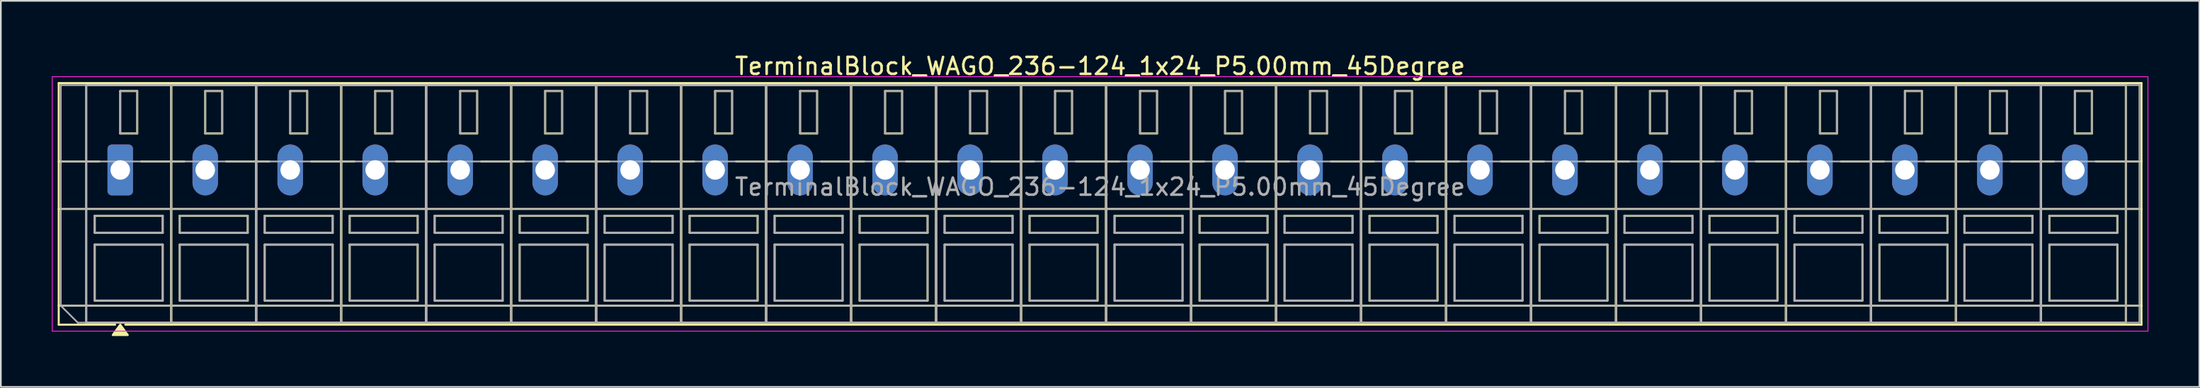
<source format=kicad_pcb>
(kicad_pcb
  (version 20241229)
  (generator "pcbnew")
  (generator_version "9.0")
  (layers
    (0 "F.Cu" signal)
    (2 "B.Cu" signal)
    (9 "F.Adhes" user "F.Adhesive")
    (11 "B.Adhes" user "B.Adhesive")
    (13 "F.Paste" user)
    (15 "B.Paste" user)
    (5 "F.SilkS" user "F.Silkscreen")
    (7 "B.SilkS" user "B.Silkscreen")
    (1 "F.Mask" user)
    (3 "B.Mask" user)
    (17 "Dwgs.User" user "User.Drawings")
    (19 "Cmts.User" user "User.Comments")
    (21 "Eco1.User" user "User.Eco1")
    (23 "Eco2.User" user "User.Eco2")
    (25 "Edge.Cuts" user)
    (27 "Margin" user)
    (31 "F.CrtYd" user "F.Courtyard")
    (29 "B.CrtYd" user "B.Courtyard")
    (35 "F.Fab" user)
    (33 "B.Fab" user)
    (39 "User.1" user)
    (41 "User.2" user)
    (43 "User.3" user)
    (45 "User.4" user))
  (footprint "TerminalBlock_WAGO_236-124_1x24_P5.00mm_45Degree"
    (layer "F.Cu")
    (at 4.025 6.968)
    (property "Reference" "TerminalBlock_WAGO_236-124_1x24_P5.00mm_45Degree" (at 57.65 -6.12 0) (layer "F.SilkS") (effects (font (size 1 1) (thickness 0.15))))
    (attr through_hole)
    (fp_line (start -3.62 -5.12) (end 118.92 -5.12) (stroke (width 0.12) (type solid)) (layer "F.SilkS"))
    (fp_line (start -3.62 -0.5) (end -1.23 -0.5) (stroke (width 0.12) (type solid)) (layer "F.SilkS"))
    (fp_line (start -3.62 2.3) (end 118.92 2.3) (stroke (width 0.12) (type solid)) (layer "F.SilkS"))
    (fp_line (start -3.62 8) (end 118.92 8) (stroke (width 0.12) (type solid)) (layer "F.SilkS"))
    (fp_line (start -3.62 9.12) (end -3.62 -5.12) (stroke (width 0.12) (type solid)) (layer "F.SilkS"))
    (fp_line (start -2 -5) (end 3 -5) (stroke (width 0.12) (type solid)) (layer "F.SilkS"))
    (fp_line (start -2 9) (end -2 -5) (stroke (width 0.12) (type solid)) (layer "F.SilkS"))
    (fp_line (start -1.5 2.7) (end 2.5 2.7) (stroke (width 0.12) (type solid)) (layer "F.SilkS"))
    (fp_line (start -1.5 3.7) (end -1.5 2.7) (stroke (width 0.12) (type solid)) (layer "F.SilkS"))
    (fp_line (start -1.5 4.4) (end 2.5 4.4) (stroke (width 0.12) (type solid)) (layer "F.SilkS"))
    (fp_line (start -1.5 7.7) (end -1.5 4.4) (stroke (width 0.12) (type solid)) (layer "F.SilkS"))
    (fp_line (start -0.3 9.12) (end -3.62 9.12) (stroke (width 0.12) (type solid)) (layer "F.SilkS"))
    (fp_line (start 0 -4.65) (end 1 -4.65) (stroke (width 0.12) (type solid)) (layer "F.SilkS"))
    (fp_line (start 0 -2.15) (end 0 -4.65) (stroke (width 0.12) (type solid)) (layer "F.SilkS"))
    (fp_line (start 1 -4.65) (end 1 -2.15) (stroke (width 0.12) (type solid)) (layer "F.SilkS"))
    (fp_line (start 1 -2.15) (end 0 -2.15) (stroke (width 0.12) (type solid)) (layer "F.SilkS"))
    (fp_line (start 1.23 -0.5) (end 3.77 -0.5) (stroke (width 0.12) (type solid)) (layer "F.SilkS"))
    (fp_line (start 2.5 2.7) (end 2.5 3.7) (stroke (width 0.12) (type solid)) (layer "F.SilkS"))
    (fp_line (start 2.5 3.7) (end -1.5 3.7) (stroke (width 0.12) (type solid)) (layer "F.SilkS"))
    (fp_line (start 2.5 4.4) (end 2.5 7.7) (stroke (width 0.12) (type solid)) (layer "F.SilkS"))
    (fp_line (start 2.5 7.7) (end -1.5 7.7) (stroke (width 0.12) (type solid)) (layer "F.SilkS"))
    (fp_line (start 3 -5) (end 3 9) (stroke (width 0.12) (type solid)) (layer "F.SilkS"))
    (fp_line (start 3 -5) (end 8 -5) (stroke (width 0.12) (type solid)) (layer "F.SilkS"))
    (fp_line (start 3 9) (end -2 9) (stroke (width 0.12) (type solid)) (layer "F.SilkS"))
    (fp_line (start 3 9) (end 3 -5) (stroke (width 0.12) (type solid)) (layer "F.SilkS"))
    (fp_line (start 3.5 2.7) (end 7.5 2.7) (stroke (width 0.12) (type solid)) (layer "F.SilkS"))
    (fp_line (start 3.5 3.7) (end 3.5 2.7) (stroke (width 0.12) (type solid)) (layer "F.SilkS"))
    (fp_line (start 3.5 4.4) (end 7.5 4.4) (stroke (width 0.12) (type solid)) (layer "F.SilkS"))
    (fp_line (start 3.5 7.7) (end 3.5 4.4) (stroke (width 0.12) (type solid)) (layer "F.SilkS"))
    (fp_line (start 5 -4.65) (end 6 -4.65) (stroke (width 0.12) (type solid)) (layer "F.SilkS"))
    (fp_line (start 5 -2.15) (end 5 -4.65) (stroke (width 0.12) (type solid)) (layer "F.SilkS"))
    (fp_line (start 6 -4.65) (end 6 -2.15) (stroke (width 0.12) (type solid)) (layer "F.SilkS"))
    (fp_line (start 6 -2.15) (end 5 -2.15) (stroke (width 0.12) (type solid)) (layer "F.SilkS"))
    (fp_line (start 6.23 -0.5) (end 8.77 -0.5) (stroke (width 0.12) (type solid)) (layer "F.SilkS"))
    (fp_line (start 7.5 2.7) (end 7.5 3.7) (stroke (width 0.12) (type solid)) (layer "F.SilkS"))
    (fp_line (start 7.5 3.7) (end 3.5 3.7) (stroke (width 0.12) (type solid)) (layer "F.SilkS"))
    (fp_line (start 7.5 4.4) (end 7.5 7.7) (stroke (width 0.12) (type solid)) (layer "F.SilkS"))
    (fp_line (start 7.5 7.7) (end 3.5 7.7) (stroke (width 0.12) (type solid)) (layer "F.SilkS"))
    (fp_line (start 8 -5) (end 8 9) (stroke (width 0.12) (type solid)) (layer "F.SilkS"))
    (fp_line (start 8 -5) (end 13 -5) (stroke (width 0.12) (type solid)) (layer "F.SilkS"))
    (fp_line (start 8 9) (end 3 9) (stroke (width 0.12) (type solid)) (layer "F.SilkS"))
    (fp_line (start 8 9) (end 8 -5) (stroke (width 0.12) (type solid)) (layer "F.SilkS"))
    (fp_line (start 8.5 2.7) (end 12.5 2.7) (stroke (width 0.12) (type solid)) (layer "F.SilkS"))
    (fp_line (start 8.5 3.7) (end 8.5 2.7) (stroke (width 0.12) (type solid)) (layer "F.SilkS"))
    (fp_line (start 8.5 4.4) (end 12.5 4.4) (stroke (width 0.12) (type solid)) (layer "F.SilkS"))
    (fp_line (start 8.5 7.7) (end 8.5 4.4) (stroke (width 0.12) (type solid)) (layer "F.SilkS"))
    (fp_line (start 10 -4.65) (end 11 -4.65) (stroke (width 0.12) (type solid)) (layer "F.SilkS"))
    (fp_line (start 10 -2.15) (end 10 -4.65) (stroke (width 0.12) (type solid)) (layer "F.SilkS"))
    (fp_line (start 11 -4.65) (end 11 -2.15) (stroke (width 0.12) (type solid)) (layer "F.SilkS"))
    (fp_line (start 11 -2.15) (end 10 -2.15) (stroke (width 0.12) (type solid)) (layer "F.SilkS"))
    (fp_line (start 11.23 -0.5) (end 13.77 -0.5) (stroke (width 0.12) (type solid)) (layer "F.SilkS"))
    (fp_line (start 12.5 2.7) (end 12.5 3.7) (stroke (width 0.12) (type solid)) (layer "F.SilkS"))
    (fp_line (start 12.5 3.7) (end 8.5 3.7) (stroke (width 0.12) (type solid)) (layer "F.SilkS"))
    (fp_line (start 12.5 4.4) (end 12.5 7.7) (stroke (width 0.12) (type solid)) (layer "F.SilkS"))
    (fp_line (start 12.5 7.7) (end 8.5 7.7) (stroke (width 0.12) (type solid)) (layer "F.SilkS"))
    (fp_line (start 13 -5) (end 13 9) (stroke (width 0.12) (type solid)) (layer "F.SilkS"))
    (fp_line (start 13 -5) (end 18 -5) (stroke (width 0.12) (type solid)) (layer "F.SilkS"))
    (fp_line (start 13 9) (end 8 9) (stroke (width 0.12) (type solid)) (layer "F.SilkS"))
    (fp_line (start 13 9) (end 13 -5) (stroke (width 0.12) (type solid)) (layer "F.SilkS"))
    (fp_line (start 13.5 2.7) (end 17.5 2.7) (stroke (width 0.12) (type solid)) (layer "F.SilkS"))
    (fp_line (start 13.5 3.7) (end 13.5 2.7) (stroke (width 0.12) (type solid)) (layer "F.SilkS"))
    (fp_line (start 13.5 4.4) (end 17.5 4.4) (stroke (width 0.12) (type solid)) (layer "F.SilkS"))
    (fp_line (start 13.5 7.7) (end 13.5 4.4) (stroke (width 0.12) (type solid)) (layer "F.SilkS"))
    (fp_line (start 15 -4.65) (end 16 -4.65) (stroke (width 0.12) (type solid)) (layer "F.SilkS"))
    (fp_line (start 15 -2.15) (end 15 -4.65) (stroke (width 0.12) (type solid)) (layer "F.SilkS"))
    (fp_line (start 16 -4.65) (end 16 -2.15) (stroke (width 0.12) (type solid)) (layer "F.SilkS"))
    (fp_line (start 16 -2.15) (end 15 -2.15) (stroke (width 0.12) (type solid)) (layer "F.SilkS"))
    (fp_line (start 16.23 -0.5) (end 18.77 -0.5) (stroke (width 0.12) (type solid)) (layer "F.SilkS"))
    (fp_line (start 17.5 2.7) (end 17.5 3.7) (stroke (width 0.12) (type solid)) (layer "F.SilkS"))
    (fp_line (start 17.5 3.7) (end 13.5 3.7) (stroke (width 0.12) (type solid)) (layer "F.SilkS"))
    (fp_line (start 17.5 4.4) (end 17.5 7.7) (stroke (width 0.12) (type solid)) (layer "F.SilkS"))
    (fp_line (start 17.5 7.7) (end 13.5 7.7) (stroke (width 0.12) (type solid)) (layer "F.SilkS"))
    (fp_line (start 18 -5) (end 18 9) (stroke (width 0.12) (type solid)) (layer "F.SilkS"))
    (fp_line (start 18 -5) (end 23 -5) (stroke (width 0.12) (type solid)) (layer "F.SilkS"))
    (fp_line (start 18 9) (end 13 9) (stroke (width 0.12) (type solid)) (layer "F.SilkS"))
    (fp_line (start 18 9) (end 18 -5) (stroke (width 0.12) (type solid)) (layer "F.SilkS"))
    (fp_line (start 18.5 2.7) (end 22.5 2.7) (stroke (width 0.12) (type solid)) (layer "F.SilkS"))
    (fp_line (start 18.5 3.7) (end 18.5 2.7) (stroke (width 0.12) (type solid)) (layer "F.SilkS"))
    (fp_line (start 18.5 4.4) (end 22.5 4.4) (stroke (width 0.12) (type solid)) (layer "F.SilkS"))
    (fp_line (start 18.5 7.7) (end 18.5 4.4) (stroke (width 0.12) (type solid)) (layer "F.SilkS"))
    (fp_line (start 20 -4.65) (end 21 -4.65) (stroke (width 0.12) (type solid)) (layer "F.SilkS"))
    (fp_line (start 20 -2.15) (end 20 -4.65) (stroke (width 0.12) (type solid)) (layer "F.SilkS"))
    (fp_line (start 21 -4.65) (end 21 -2.15) (stroke (width 0.12) (type solid)) (layer "F.SilkS"))
    (fp_line (start 21 -2.15) (end 20 -2.15) (stroke (width 0.12) (type solid)) (layer "F.SilkS"))
    (fp_line (start 21.23 -0.5) (end 23.77 -0.5) (stroke (width 0.12) (type solid)) (layer "F.SilkS"))
    (fp_line (start 22.5 2.7) (end 22.5 3.7) (stroke (width 0.12) (type solid)) (layer "F.SilkS"))
    (fp_line (start 22.5 3.7) (end 18.5 3.7) (stroke (width 0.12) (type solid)) (layer "F.SilkS"))
    (fp_line (start 22.5 4.4) (end 22.5 7.7) (stroke (width 0.12) (type solid)) (layer "F.SilkS"))
    (fp_line (start 22.5 7.7) (end 18.5 7.7) (stroke (width 0.12) (type solid)) (layer "F.SilkS"))
    (fp_line (start 23 -5) (end 23 9) (stroke (width 0.12) (type solid)) (layer "F.SilkS"))
    (fp_line (start 23 -5) (end 28 -5) (stroke (width 0.12) (type solid)) (layer "F.SilkS"))
    (fp_line (start 23 9) (end 18 9) (stroke (width 0.12) (type solid)) (layer "F.SilkS"))
    (fp_line (start 23 9) (end 23 -5) (stroke (width 0.12) (type solid)) (layer "F.SilkS"))
    (fp_line (start 23.5 2.7) (end 27.5 2.7) (stroke (width 0.12) (type solid)) (layer "F.SilkS"))
    (fp_line (start 23.5 3.7) (end 23.5 2.7) (stroke (width 0.12) (type solid)) (layer "F.SilkS"))
    (fp_line (start 23.5 4.4) (end 27.5 4.4) (stroke (width 0.12) (type solid)) (layer "F.SilkS"))
    (fp_line (start 23.5 7.7) (end 23.5 4.4) (stroke (width 0.12) (type solid)) (layer "F.SilkS"))
    (fp_line (start 25 -4.65) (end 26 -4.65) (stroke (width 0.12) (type solid)) (layer "F.SilkS"))
    (fp_line (start 25 -2.15) (end 25 -4.65) (stroke (width 0.12) (type solid)) (layer "F.SilkS"))
    (fp_line (start 26 -4.65) (end 26 -2.15) (stroke (width 0.12) (type solid)) (layer "F.SilkS"))
    (fp_line (start 26 -2.15) (end 25 -2.15) (stroke (width 0.12) (type solid)) (layer "F.SilkS"))
    (fp_line (start 26.23 -0.5) (end 28.77 -0.5) (stroke (width 0.12) (type solid)) (layer "F.SilkS"))
    (fp_line (start 27.5 2.7) (end 27.5 3.7) (stroke (width 0.12) (type solid)) (layer "F.SilkS"))
    (fp_line (start 27.5 3.7) (end 23.5 3.7) (stroke (width 0.12) (type solid)) (layer "F.SilkS"))
    (fp_line (start 27.5 4.4) (end 27.5 7.7) (stroke (width 0.12) (type solid)) (layer "F.SilkS"))
    (fp_line (start 27.5 7.7) (end 23.5 7.7) (stroke (width 0.12) (type solid)) (layer "F.SilkS"))
    (fp_line (start 28 -5) (end 28 9) (stroke (width 0.12) (type solid)) (layer "F.SilkS"))
    (fp_line (start 28 -5) (end 33 -5) (stroke (width 0.12) (type solid)) (layer "F.SilkS"))
    (fp_line (start 28 9) (end 23 9) (stroke (width 0.12) (type solid)) (layer "F.SilkS"))
    (fp_line (start 28 9) (end 28 -5) (stroke (width 0.12) (type solid)) (layer "F.SilkS"))
    (fp_line (start 28.5 2.7) (end 32.5 2.7) (stroke (width 0.12) (type solid)) (layer "F.SilkS"))
    (fp_line (start 28.5 3.7) (end 28.5 2.7) (stroke (width 0.12) (type solid)) (layer "F.SilkS"))
    (fp_line (start 28.5 4.4) (end 32.5 4.4) (stroke (width 0.12) (type solid)) (layer "F.SilkS"))
    (fp_line (start 28.5 7.7) (end 28.5 4.4) (stroke (width 0.12) (type solid)) (layer "F.SilkS"))
    (fp_line (start 30 -4.65) (end 31 -4.65) (stroke (width 0.12) (type solid)) (layer "F.SilkS"))
    (fp_line (start 30 -2.15) (end 30 -4.65) (stroke (width 0.12) (type solid)) (layer "F.SilkS"))
    (fp_line (start 31 -4.65) (end 31 -2.15) (stroke (width 0.12) (type solid)) (layer "F.SilkS"))
    (fp_line (start 31 -2.15) (end 30 -2.15) (stroke (width 0.12) (type solid)) (layer "F.SilkS"))
    (fp_line (start 31.23 -0.5) (end 33.77 -0.5) (stroke (width 0.12) (type solid)) (layer "F.SilkS"))
    (fp_line (start 32.5 2.7) (end 32.5 3.7) (stroke (width 0.12) (type solid)) (layer "F.SilkS"))
    (fp_line (start 32.5 3.7) (end 28.5 3.7) (stroke (width 0.12) (type solid)) (layer "F.SilkS"))
    (fp_line (start 32.5 4.4) (end 32.5 7.7) (stroke (width 0.12) (type solid)) (layer "F.SilkS"))
    (fp_line (start 32.5 7.7) (end 28.5 7.7) (stroke (width 0.12) (type solid)) (layer "F.SilkS"))
    (fp_line (start 33 -5) (end 33 9) (stroke (width 0.12) (type solid)) (layer "F.SilkS"))
    (fp_line (start 33 -5) (end 38 -5) (stroke (width 0.12) (type solid)) (layer "F.SilkS"))
    (fp_line (start 33 9) (end 28 9) (stroke (width 0.12) (type solid)) (layer "F.SilkS"))
    (fp_line (start 33 9) (end 33 -5) (stroke (width 0.12) (type solid)) (layer "F.SilkS"))
    (fp_line (start 33.5 2.7) (end 37.5 2.7) (stroke (width 0.12) (type solid)) (layer "F.SilkS"))
    (fp_line (start 33.5 3.7) (end 33.5 2.7) (stroke (width 0.12) (type solid)) (layer "F.SilkS"))
    (fp_line (start 33.5 4.4) (end 37.5 4.4) (stroke (width 0.12) (type solid)) (layer "F.SilkS"))
    (fp_line (start 33.5 7.7) (end 33.5 4.4) (stroke (width 0.12) (type solid)) (layer "F.SilkS"))
    (fp_line (start 35 -4.65) (end 36 -4.65) (stroke (width 0.12) (type solid)) (layer "F.SilkS"))
    (fp_line (start 35 -2.15) (end 35 -4.65) (stroke (width 0.12) (type solid)) (layer "F.SilkS"))
    (fp_line (start 36 -4.65) (end 36 -2.15) (stroke (width 0.12) (type solid)) (layer "F.SilkS"))
    (fp_line (start 36 -2.15) (end 35 -2.15) (stroke (width 0.12) (type solid)) (layer "F.SilkS"))
    (fp_line (start 36.23 -0.5) (end 38.77 -0.5) (stroke (width 0.12) (type solid)) (layer "F.SilkS"))
    (fp_line (start 37.5 2.7) (end 37.5 3.7) (stroke (width 0.12) (type solid)) (layer "F.SilkS"))
    (fp_line (start 37.5 3.7) (end 33.5 3.7) (stroke (width 0.12) (type solid)) (layer "F.SilkS"))
    (fp_line (start 37.5 4.4) (end 37.5 7.7) (stroke (width 0.12) (type solid)) (layer "F.SilkS"))
    (fp_line (start 37.5 7.7) (end 33.5 7.7) (stroke (width 0.12) (type solid)) (layer "F.SilkS"))
    (fp_line (start 38 -5) (end 38 9) (stroke (width 0.12) (type solid)) (layer "F.SilkS"))
    (fp_line (start 38 -5) (end 43 -5) (stroke (width 0.12) (type solid)) (layer "F.SilkS"))
    (fp_line (start 38 9) (end 33 9) (stroke (width 0.12) (type solid)) (layer "F.SilkS"))
    (fp_line (start 38 9) (end 38 -5) (stroke (width 0.12) (type solid)) (layer "F.SilkS"))
    (fp_line (start 38.5 2.7) (end 42.5 2.7) (stroke (width 0.12) (type solid)) (layer "F.SilkS"))
    (fp_line (start 38.5 3.7) (end 38.5 2.7) (stroke (width 0.12) (type solid)) (layer "F.SilkS"))
    (fp_line (start 38.5 4.4) (end 42.5 4.4) (stroke (width 0.12) (type solid)) (layer "F.SilkS"))
    (fp_line (start 38.5 7.7) (end 38.5 4.4) (stroke (width 0.12) (type solid)) (layer "F.SilkS"))
    (fp_line (start 40 -4.65) (end 41 -4.65) (stroke (width 0.12) (type solid)) (layer "F.SilkS"))
    (fp_line (start 40 -2.15) (end 40 -4.65) (stroke (width 0.12) (type solid)) (layer "F.SilkS"))
    (fp_line (start 41 -4.65) (end 41 -2.15) (stroke (width 0.12) (type solid)) (layer "F.SilkS"))
    (fp_line (start 41 -2.15) (end 40 -2.15) (stroke (width 0.12) (type solid)) (layer "F.SilkS"))
    (fp_line (start 41.23 -0.5) (end 43.77 -0.5) (stroke (width 0.12) (type solid)) (layer "F.SilkS"))
    (fp_line (start 42.5 2.7) (end 42.5 3.7) (stroke (width 0.12) (type solid)) (layer "F.SilkS"))
    (fp_line (start 42.5 3.7) (end 38.5 3.7) (stroke (width 0.12) (type solid)) (layer "F.SilkS"))
    (fp_line (start 42.5 4.4) (end 42.5 7.7) (stroke (width 0.12) (type solid)) (layer "F.SilkS"))
    (fp_line (start 42.5 7.7) (end 38.5 7.7) (stroke (width 0.12) (type solid)) (layer "F.SilkS"))
    (fp_line (start 43 -5) (end 43 9) (stroke (width 0.12) (type solid)) (layer "F.SilkS"))
    (fp_line (start 43 -5) (end 48 -5) (stroke (width 0.12) (type solid)) (layer "F.SilkS"))
    (fp_line (start 43 9) (end 38 9) (stroke (width 0.12) (type solid)) (layer "F.SilkS"))
    (fp_line (start 43 9) (end 43 -5) (stroke (width 0.12) (type solid)) (layer "F.SilkS"))
    (fp_line (start 43.5 2.7) (end 47.5 2.7) (stroke (width 0.12) (type solid)) (layer "F.SilkS"))
    (fp_line (start 43.5 3.7) (end 43.5 2.7) (stroke (width 0.12) (type solid)) (layer "F.SilkS"))
    (fp_line (start 43.5 4.4) (end 47.5 4.4) (stroke (width 0.12) (type solid)) (layer "F.SilkS"))
    (fp_line (start 43.5 7.7) (end 43.5 4.4) (stroke (width 0.12) (type solid)) (layer "F.SilkS"))
    (fp_line (start 45 -4.65) (end 46 -4.65) (stroke (width 0.12) (type solid)) (layer "F.SilkS"))
    (fp_line (start 45 -2.15) (end 45 -4.65) (stroke (width 0.12) (type solid)) (layer "F.SilkS"))
    (fp_line (start 46 -4.65) (end 46 -2.15) (stroke (width 0.12) (type solid)) (layer "F.SilkS"))
    (fp_line (start 46 -2.15) (end 45 -2.15) (stroke (width 0.12) (type solid)) (layer "F.SilkS"))
    (fp_line (start 46.23 -0.5) (end 48.77 -0.5) (stroke (width 0.12) (type solid)) (layer "F.SilkS"))
    (fp_line (start 47.5 2.7) (end 47.5 3.7) (stroke (width 0.12) (type solid)) (layer "F.SilkS"))
    (fp_line (start 47.5 3.7) (end 43.5 3.7) (stroke (width 0.12) (type solid)) (layer "F.SilkS"))
    (fp_line (start 47.5 4.4) (end 47.5 7.7) (stroke (width 0.12) (type solid)) (layer "F.SilkS"))
    (fp_line (start 47.5 7.7) (end 43.5 7.7) (stroke (width 0.12) (type solid)) (layer "F.SilkS"))
    (fp_line (start 48 -5) (end 48 9) (stroke (width 0.12) (type solid)) (layer "F.SilkS"))
    (fp_line (start 48 -5) (end 53 -5) (stroke (width 0.12) (type solid)) (layer "F.SilkS"))
    (fp_line (start 48 9) (end 43 9) (stroke (width 0.12) (type solid)) (layer "F.SilkS"))
    (fp_line (start 48 9) (end 48 -5) (stroke (width 0.12) (type solid)) (layer "F.SilkS"))
    (fp_line (start 48.5 2.7) (end 52.5 2.7) (stroke (width 0.12) (type solid)) (layer "F.SilkS"))
    (fp_line (start 48.5 3.7) (end 48.5 2.7) (stroke (width 0.12) (type solid)) (layer "F.SilkS"))
    (fp_line (start 48.5 4.4) (end 52.5 4.4) (stroke (width 0.12) (type solid)) (layer "F.SilkS"))
    (fp_line (start 48.5 7.7) (end 48.5 4.4) (stroke (width 0.12) (type solid)) (layer "F.SilkS"))
    (fp_line (start 50 -4.65) (end 51 -4.65) (stroke (width 0.12) (type solid)) (layer "F.SilkS"))
    (fp_line (start 50 -2.15) (end 50 -4.65) (stroke (width 0.12) (type solid)) (layer "F.SilkS"))
    (fp_line (start 51 -4.65) (end 51 -2.15) (stroke (width 0.12) (type solid)) (layer "F.SilkS"))
    (fp_line (start 51 -2.15) (end 50 -2.15) (stroke (width 0.12) (type solid)) (layer "F.SilkS"))
    (fp_line (start 51.23 -0.5) (end 53.77 -0.5) (stroke (width 0.12) (type solid)) (layer "F.SilkS"))
    (fp_line (start 52.5 2.7) (end 52.5 3.7) (stroke (width 0.12) (type solid)) (layer "F.SilkS"))
    (fp_line (start 52.5 3.7) (end 48.5 3.7) (stroke (width 0.12) (type solid)) (layer "F.SilkS"))
    (fp_line (start 52.5 4.4) (end 52.5 7.7) (stroke (width 0.12) (type solid)) (layer "F.SilkS"))
    (fp_line (start 52.5 7.7) (end 48.5 7.7) (stroke (width 0.12) (type solid)) (layer "F.SilkS"))
    (fp_line (start 53 -5) (end 53 9) (stroke (width 0.12) (type solid)) (layer "F.SilkS"))
    (fp_line (start 53 -5) (end 58 -5) (stroke (width 0.12) (type solid)) (layer "F.SilkS"))
    (fp_line (start 53 9) (end 48 9) (stroke (width 0.12) (type solid)) (layer "F.SilkS"))
    (fp_line (start 53 9) (end 53 -5) (stroke (width 0.12) (type solid)) (layer "F.SilkS"))
    (fp_line (start 53.5 2.7) (end 57.5 2.7) (stroke (width 0.12) (type solid)) (layer "F.SilkS"))
    (fp_line (start 53.5 3.7) (end 53.5 2.7) (stroke (width 0.12) (type solid)) (layer "F.SilkS"))
    (fp_line (start 53.5 4.4) (end 57.5 4.4) (stroke (width 0.12) (type solid)) (layer "F.SilkS"))
    (fp_line (start 53.5 7.7) (end 53.5 4.4) (stroke (width 0.12) (type solid)) (layer "F.SilkS"))
    (fp_line (start 55 -4.65) (end 56 -4.65) (stroke (width 0.12) (type solid)) (layer "F.SilkS"))
    (fp_line (start 55 -2.15) (end 55 -4.65) (stroke (width 0.12) (type solid)) (layer "F.SilkS"))
    (fp_line (start 56 -4.65) (end 56 -2.15) (stroke (width 0.12) (type solid)) (layer "F.SilkS"))
    (fp_line (start 56 -2.15) (end 55 -2.15) (stroke (width 0.12) (type solid)) (layer "F.SilkS"))
    (fp_line (start 56.23 -0.5) (end 58.77 -0.5) (stroke (width 0.12) (type solid)) (layer "F.SilkS"))
    (fp_line (start 57.5 2.7) (end 57.5 3.7) (stroke (width 0.12) (type solid)) (layer "F.SilkS"))
    (fp_line (start 57.5 3.7) (end 53.5 3.7) (stroke (width 0.12) (type solid)) (layer "F.SilkS"))
    (fp_line (start 57.5 4.4) (end 57.5 7.7) (stroke (width 0.12) (type solid)) (layer "F.SilkS"))
    (fp_line (start 57.5 7.7) (end 53.5 7.7) (stroke (width 0.12) (type solid)) (layer "F.SilkS"))
    (fp_line (start 58 -5) (end 58 9) (stroke (width 0.12) (type solid)) (layer "F.SilkS"))
    (fp_line (start 58 -5) (end 63 -5) (stroke (width 0.12) (type solid)) (layer "F.SilkS"))
    (fp_line (start 58 9) (end 53 9) (stroke (width 0.12) (type solid)) (layer "F.SilkS"))
    (fp_line (start 58 9) (end 58 -5) (stroke (width 0.12) (type solid)) (layer "F.SilkS"))
    (fp_line (start 58.5 2.7) (end 62.5 2.7) (stroke (width 0.12) (type solid)) (layer "F.SilkS"))
    (fp_line (start 58.5 3.7) (end 58.5 2.7) (stroke (width 0.12) (type solid)) (layer "F.SilkS"))
    (fp_line (start 58.5 4.4) (end 62.5 4.4) (stroke (width 0.12) (type solid)) (layer "F.SilkS"))
    (fp_line (start 58.5 7.7) (end 58.5 4.4) (stroke (width 0.12) (type solid)) (layer "F.SilkS"))
    (fp_line (start 60 -4.65) (end 61 -4.65) (stroke (width 0.12) (type solid)) (layer "F.SilkS"))
    (fp_line (start 60 -2.15) (end 60 -4.65) (stroke (width 0.12) (type solid)) (layer "F.SilkS"))
    (fp_line (start 61 -4.65) (end 61 -2.15) (stroke (width 0.12) (type solid)) (layer "F.SilkS"))
    (fp_line (start 61 -2.15) (end 60 -2.15) (stroke (width 0.12) (type solid)) (layer "F.SilkS"))
    (fp_line (start 61.23 -0.5) (end 63.77 -0.5) (stroke (width 0.12) (type solid)) (layer "F.SilkS"))
    (fp_line (start 62.5 2.7) (end 62.5 3.7) (stroke (width 0.12) (type solid)) (layer "F.SilkS"))
    (fp_line (start 62.5 3.7) (end 58.5 3.7) (stroke (width 0.12) (type solid)) (layer "F.SilkS"))
    (fp_line (start 62.5 4.4) (end 62.5 7.7) (stroke (width 0.12) (type solid)) (layer "F.SilkS"))
    (fp_line (start 62.5 7.7) (end 58.5 7.7) (stroke (width 0.12) (type solid)) (layer "F.SilkS"))
    (fp_line (start 63 -5) (end 63 9) (stroke (width 0.12) (type solid)) (layer "F.SilkS"))
    (fp_line (start 63 -5) (end 68 -5) (stroke (width 0.12) (type solid)) (layer "F.SilkS"))
    (fp_line (start 63 9) (end 58 9) (stroke (width 0.12) (type solid)) (layer "F.SilkS"))
    (fp_line (start 63 9) (end 63 -5) (stroke (width 0.12) (type solid)) (layer "F.SilkS"))
    (fp_line (start 63.5 2.7) (end 67.5 2.7) (stroke (width 0.12) (type solid)) (layer "F.SilkS"))
    (fp_line (start 63.5 3.7) (end 63.5 2.7) (stroke (width 0.12) (type solid)) (layer "F.SilkS"))
    (fp_line (start 63.5 4.4) (end 67.5 4.4) (stroke (width 0.12) (type solid)) (layer "F.SilkS"))
    (fp_line (start 63.5 7.7) (end 63.5 4.4) (stroke (width 0.12) (type solid)) (layer "F.SilkS"))
    (fp_line (start 65 -4.65) (end 66 -4.65) (stroke (width 0.12) (type solid)) (layer "F.SilkS"))
    (fp_line (start 65 -2.15) (end 65 -4.65) (stroke (width 0.12) (type solid)) (layer "F.SilkS"))
    (fp_line (start 66 -4.65) (end 66 -2.15) (stroke (width 0.12) (type solid)) (layer "F.SilkS"))
    (fp_line (start 66 -2.15) (end 65 -2.15) (stroke (width 0.12) (type solid)) (layer "F.SilkS"))
    (fp_line (start 66.23 -0.5) (end 68.77 -0.5) (stroke (width 0.12) (type solid)) (layer "F.SilkS"))
    (fp_line (start 67.5 2.7) (end 67.5 3.7) (stroke (width 0.12) (type solid)) (layer "F.SilkS"))
    (fp_line (start 67.5 3.7) (end 63.5 3.7) (stroke (width 0.12) (type solid)) (layer "F.SilkS"))
    (fp_line (start 67.5 4.4) (end 67.5 7.7) (stroke (width 0.12) (type solid)) (layer "F.SilkS"))
    (fp_line (start 67.5 7.7) (end 63.5 7.7) (stroke (width 0.12) (type solid)) (layer "F.SilkS"))
    (fp_line (start 68 -5) (end 68 9) (stroke (width 0.12) (type solid)) (layer "F.SilkS"))
    (fp_line (start 68 -5) (end 73 -5) (stroke (width 0.12) (type solid)) (layer "F.SilkS"))
    (fp_line (start 68 9) (end 63 9) (stroke (width 0.12) (type solid)) (layer "F.SilkS"))
    (fp_line (start 68 9) (end 68 -5) (stroke (width 0.12) (type solid)) (layer "F.SilkS"))
    (fp_line (start 68.5 2.7) (end 72.5 2.7) (stroke (width 0.12) (type solid)) (layer "F.SilkS"))
    (fp_line (start 68.5 3.7) (end 68.5 2.7) (stroke (width 0.12) (type solid)) (layer "F.SilkS"))
    (fp_line (start 68.5 4.4) (end 72.5 4.4) (stroke (width 0.12) (type solid)) (layer "F.SilkS"))
    (fp_line (start 68.5 7.7) (end 68.5 4.4) (stroke (width 0.12) (type solid)) (layer "F.SilkS"))
    (fp_line (start 70 -4.65) (end 71 -4.65) (stroke (width 0.12) (type solid)) (layer "F.SilkS"))
    (fp_line (start 70 -2.15) (end 70 -4.65) (stroke (width 0.12) (type solid)) (layer "F.SilkS"))
    (fp_line (start 71 -4.65) (end 71 -2.15) (stroke (width 0.12) (type solid)) (layer "F.SilkS"))
    (fp_line (start 71 -2.15) (end 70 -2.15) (stroke (width 0.12) (type solid)) (layer "F.SilkS"))
    (fp_line (start 71.23 -0.5) (end 73.77 -0.5) (stroke (width 0.12) (type solid)) (layer "F.SilkS"))
    (fp_line (start 72.5 2.7) (end 72.5 3.7) (stroke (width 0.12) (type solid)) (layer "F.SilkS"))
    (fp_line (start 72.5 3.7) (end 68.5 3.7) (stroke (width 0.12) (type solid)) (layer "F.SilkS"))
    (fp_line (start 72.5 4.4) (end 72.5 7.7) (stroke (width 0.12) (type solid)) (layer "F.SilkS"))
    (fp_line (start 72.5 7.7) (end 68.5 7.7) (stroke (width 0.12) (type solid)) (layer "F.SilkS"))
    (fp_line (start 73 -5) (end 73 9) (stroke (width 0.12) (type solid)) (layer "F.SilkS"))
    (fp_line (start 73 -5) (end 78 -5) (stroke (width 0.12) (type solid)) (layer "F.SilkS"))
    (fp_line (start 73 9) (end 68 9) (stroke (width 0.12) (type solid)) (layer "F.SilkS"))
    (fp_line (start 73 9) (end 73 -5) (stroke (width 0.12) (type solid)) (layer "F.SilkS"))
    (fp_line (start 73.5 2.7) (end 77.5 2.7) (stroke (width 0.12) (type solid)) (layer "F.SilkS"))
    (fp_line (start 73.5 3.7) (end 73.5 2.7) (stroke (width 0.12) (type solid)) (layer "F.SilkS"))
    (fp_line (start 73.5 4.4) (end 77.5 4.4) (stroke (width 0.12) (type solid)) (layer "F.SilkS"))
    (fp_line (start 73.5 7.7) (end 73.5 4.4) (stroke (width 0.12) (type solid)) (layer "F.SilkS"))
    (fp_line (start 75 -4.65) (end 76 -4.65) (stroke (width 0.12) (type solid)) (layer "F.SilkS"))
    (fp_line (start 75 -2.15) (end 75 -4.65) (stroke (width 0.12) (type solid)) (layer "F.SilkS"))
    (fp_line (start 76 -4.65) (end 76 -2.15) (stroke (width 0.12) (type solid)) (layer "F.SilkS"))
    (fp_line (start 76 -2.15) (end 75 -2.15) (stroke (width 0.12) (type solid)) (layer "F.SilkS"))
    (fp_line (start 76.23 -0.5) (end 78.77 -0.5) (stroke (width 0.12) (type solid)) (layer "F.SilkS"))
    (fp_line (start 77.5 2.7) (end 77.5 3.7) (stroke (width 0.12) (type solid)) (layer "F.SilkS"))
    (fp_line (start 77.5 3.7) (end 73.5 3.7) (stroke (width 0.12) (type solid)) (layer "F.SilkS"))
    (fp_line (start 77.5 4.4) (end 77.5 7.7) (stroke (width 0.12) (type solid)) (layer "F.SilkS"))
    (fp_line (start 77.5 7.7) (end 73.5 7.7) (stroke (width 0.12) (type solid)) (layer "F.SilkS"))
    (fp_line (start 78 -5) (end 78 9) (stroke (width 0.12) (type solid)) (layer "F.SilkS"))
    (fp_line (start 78 -5) (end 83 -5) (stroke (width 0.12) (type solid)) (layer "F.SilkS"))
    (fp_line (start 78 9) (end 73 9) (stroke (width 0.12) (type solid)) (layer "F.SilkS"))
    (fp_line (start 78 9) (end 78 -5) (stroke (width 0.12) (type solid)) (layer "F.SilkS"))
    (fp_line (start 78.5 2.7) (end 82.5 2.7) (stroke (width 0.12) (type solid)) (layer "F.SilkS"))
    (fp_line (start 78.5 3.7) (end 78.5 2.7) (stroke (width 0.12) (type solid)) (layer "F.SilkS"))
    (fp_line (start 78.5 4.4) (end 82.5 4.4) (stroke (width 0.12) (type solid)) (layer "F.SilkS"))
    (fp_line (start 78.5 7.7) (end 78.5 4.4) (stroke (width 0.12) (type solid)) (layer "F.SilkS"))
    (fp_line (start 80 -4.65) (end 81 -4.65) (stroke (width 0.12) (type solid)) (layer "F.SilkS"))
    (fp_line (start 80 -2.15) (end 80 -4.65) (stroke (width 0.12) (type solid)) (layer "F.SilkS"))
    (fp_line (start 81 -4.65) (end 81 -2.15) (stroke (width 0.12) (type solid)) (layer "F.SilkS"))
    (fp_line (start 81 -2.15) (end 80 -2.15) (stroke (width 0.12) (type solid)) (layer "F.SilkS"))
    (fp_line (start 81.23 -0.5) (end 83.77 -0.5) (stroke (width 0.12) (type solid)) (layer "F.SilkS"))
    (fp_line (start 82.5 2.7) (end 82.5 3.7) (stroke (width 0.12) (type solid)) (layer "F.SilkS"))
    (fp_line (start 82.5 3.7) (end 78.5 3.7) (stroke (width 0.12) (type solid)) (layer "F.SilkS"))
    (fp_line (start 82.5 4.4) (end 82.5 7.7) (stroke (width 0.12) (type solid)) (layer "F.SilkS"))
    (fp_line (start 82.5 7.7) (end 78.5 7.7) (stroke (width 0.12) (type solid)) (layer "F.SilkS"))
    (fp_line (start 83 -5) (end 83 9) (stroke (width 0.12) (type solid)) (layer "F.SilkS"))
    (fp_line (start 83 -5) (end 88 -5) (stroke (width 0.12) (type solid)) (layer "F.SilkS"))
    (fp_line (start 83 9) (end 78 9) (stroke (width 0.12) (type solid)) (layer "F.SilkS"))
    (fp_line (start 83 9) (end 83 -5) (stroke (width 0.12) (type solid)) (layer "F.SilkS"))
    (fp_line (start 83.5 2.7) (end 87.5 2.7) (stroke (width 0.12) (type solid)) (layer "F.SilkS"))
    (fp_line (start 83.5 3.7) (end 83.5 2.7) (stroke (width 0.12) (type solid)) (layer "F.SilkS"))
    (fp_line (start 83.5 4.4) (end 87.5 4.4) (stroke (width 0.12) (type solid)) (layer "F.SilkS"))
    (fp_line (start 83.5 7.7) (end 83.5 4.4) (stroke (width 0.12) (type solid)) (layer "F.SilkS"))
    (fp_line (start 85 -4.65) (end 86 -4.65) (stroke (width 0.12) (type solid)) (layer "F.SilkS"))
    (fp_line (start 85 -2.15) (end 85 -4.65) (stroke (width 0.12) (type solid)) (layer "F.SilkS"))
    (fp_line (start 86 -4.65) (end 86 -2.15) (stroke (width 0.12) (type solid)) (layer "F.SilkS"))
    (fp_line (start 86 -2.15) (end 85 -2.15) (stroke (width 0.12) (type solid)) (layer "F.SilkS"))
    (fp_line (start 86.23 -0.5) (end 88.77 -0.5) (stroke (width 0.12) (type solid)) (layer "F.SilkS"))
    (fp_line (start 87.5 2.7) (end 87.5 3.7) (stroke (width 0.12) (type solid)) (layer "F.SilkS"))
    (fp_line (start 87.5 3.7) (end 83.5 3.7) (stroke (width 0.12) (type solid)) (layer "F.SilkS"))
    (fp_line (start 87.5 4.4) (end 87.5 7.7) (stroke (width 0.12) (type solid)) (layer "F.SilkS"))
    (fp_line (start 87.5 7.7) (end 83.5 7.7) (stroke (width 0.12) (type solid)) (layer "F.SilkS"))
    (fp_line (start 88 -5) (end 88 9) (stroke (width 0.12) (type solid)) (layer "F.SilkS"))
    (fp_line (start 88 -5) (end 93 -5) (stroke (width 0.12) (type solid)) (layer "F.SilkS"))
    (fp_line (start 88 9) (end 83 9) (stroke (width 0.12) (type solid)) (layer "F.SilkS"))
    (fp_line (start 88 9) (end 88 -5) (stroke (width 0.12) (type solid)) (layer "F.SilkS"))
    (fp_line (start 88.5 2.7) (end 92.5 2.7) (stroke (width 0.12) (type solid)) (layer "F.SilkS"))
    (fp_line (start 88.5 3.7) (end 88.5 2.7) (stroke (width 0.12) (type solid)) (layer "F.SilkS"))
    (fp_line (start 88.5 4.4) (end 92.5 4.4) (stroke (width 0.12) (type solid)) (layer "F.SilkS"))
    (fp_line (start 88.5 7.7) (end 88.5 4.4) (stroke (width 0.12) (type solid)) (layer "F.SilkS"))
    (fp_line (start 90 -4.65) (end 91 -4.65) (stroke (width 0.12) (type solid)) (layer "F.SilkS"))
    (fp_line (start 90 -2.15) (end 90 -4.65) (stroke (width 0.12) (type solid)) (layer "F.SilkS"))
    (fp_line (start 91 -4.65) (end 91 -2.15) (stroke (width 0.12) (type solid)) (layer "F.SilkS"))
    (fp_line (start 91 -2.15) (end 90 -2.15) (stroke (width 0.12) (type solid)) (layer "F.SilkS"))
    (fp_line (start 91.23 -0.5) (end 93.77 -0.5) (stroke (width 0.12) (type solid)) (layer "F.SilkS"))
    (fp_line (start 92.5 2.7) (end 92.5 3.7) (stroke (width 0.12) (type solid)) (layer "F.SilkS"))
    (fp_line (start 92.5 3.7) (end 88.5 3.7) (stroke (width 0.12) (type solid)) (layer "F.SilkS"))
    (fp_line (start 92.5 4.4) (end 92.5 7.7) (stroke (width 0.12) (type solid)) (layer "F.SilkS"))
    (fp_line (start 92.5 7.7) (end 88.5 7.7) (stroke (width 0.12) (type solid)) (layer "F.SilkS"))
    (fp_line (start 93 -5) (end 93 9) (stroke (width 0.12) (type solid)) (layer "F.SilkS"))
    (fp_line (start 93 -5) (end 98 -5) (stroke (width 0.12) (type solid)) (layer "F.SilkS"))
    (fp_line (start 93 9) (end 88 9) (stroke (width 0.12) (type solid)) (layer "F.SilkS"))
    (fp_line (start 93 9) (end 93 -5) (stroke (width 0.12) (type solid)) (layer "F.SilkS"))
    (fp_line (start 93.5 2.7) (end 97.5 2.7) (stroke (width 0.12) (type solid)) (layer "F.SilkS"))
    (fp_line (start 93.5 3.7) (end 93.5 2.7) (stroke (width 0.12) (type solid)) (layer "F.SilkS"))
    (fp_line (start 93.5 4.4) (end 97.5 4.4) (stroke (width 0.12) (type solid)) (layer "F.SilkS"))
    (fp_line (start 93.5 7.7) (end 93.5 4.4) (stroke (width 0.12) (type solid)) (layer "F.SilkS"))
    (fp_line (start 95 -4.65) (end 96 -4.65) (stroke (width 0.12) (type solid)) (layer "F.SilkS"))
    (fp_line (start 95 -2.15) (end 95 -4.65) (stroke (width 0.12) (type solid)) (layer "F.SilkS"))
    (fp_line (start 96 -4.65) (end 96 -2.15) (stroke (width 0.12) (type solid)) (layer "F.SilkS"))
    (fp_line (start 96 -2.15) (end 95 -2.15) (stroke (width 0.12) (type solid)) (layer "F.SilkS"))
    (fp_line (start 96.23 -0.5) (end 98.77 -0.5) (stroke (width 0.12) (type solid)) (layer "F.SilkS"))
    (fp_line (start 97.5 2.7) (end 97.5 3.7) (stroke (width 0.12) (type solid)) (layer "F.SilkS"))
    (fp_line (start 97.5 3.7) (end 93.5 3.7) (stroke (width 0.12) (type solid)) (layer "F.SilkS"))
    (fp_line (start 97.5 4.4) (end 97.5 7.7) (stroke (width 0.12) (type solid)) (layer "F.SilkS"))
    (fp_line (start 97.5 7.7) (end 93.5 7.7) (stroke (width 0.12) (type solid)) (layer "F.SilkS"))
    (fp_line (start 98 -5) (end 98 9) (stroke (width 0.12) (type solid)) (layer "F.SilkS"))
    (fp_line (start 98 -5) (end 103 -5) (stroke (width 0.12) (type solid)) (layer "F.SilkS"))
    (fp_line (start 98 9) (end 93 9) (stroke (width 0.12) (type solid)) (layer "F.SilkS"))
    (fp_line (start 98 9) (end 98 -5) (stroke (width 0.12) (type solid)) (layer "F.SilkS"))
    (fp_line (start 98.5 2.7) (end 102.5 2.7) (stroke (width 0.12) (type solid)) (layer "F.SilkS"))
    (fp_line (start 98.5 3.7) (end 98.5 2.7) (stroke (width 0.12) (type solid)) (layer "F.SilkS"))
    (fp_line (start 98.5 4.4) (end 102.5 4.4) (stroke (width 0.12) (type solid)) (layer "F.SilkS"))
    (fp_line (start 98.5 7.7) (end 98.5 4.4) (stroke (width 0.12) (type solid)) (layer "F.SilkS"))
    (fp_line (start 100 -4.65) (end 101 -4.65) (stroke (width 0.12) (type solid)) (layer "F.SilkS"))
    (fp_line (start 100 -2.15) (end 100 -4.65) (stroke (width 0.12) (type solid)) (layer "F.SilkS"))
    (fp_line (start 101 -4.65) (end 101 -2.15) (stroke (width 0.12) (type solid)) (layer "F.SilkS"))
    (fp_line (start 101 -2.15) (end 100 -2.15) (stroke (width 0.12) (type solid)) (layer "F.SilkS"))
    (fp_line (start 101.23 -0.5) (end 103.77 -0.5) (stroke (width 0.12) (type solid)) (layer "F.SilkS"))
    (fp_line (start 102.5 2.7) (end 102.5 3.7) (stroke (width 0.12) (type solid)) (layer "F.SilkS"))
    (fp_line (start 102.5 3.7) (end 98.5 3.7) (stroke (width 0.12) (type solid)) (layer "F.SilkS"))
    (fp_line (start 102.5 4.4) (end 102.5 7.7) (stroke (width 0.12) (type solid)) (layer "F.SilkS"))
    (fp_line (start 102.5 7.7) (end 98.5 7.7) (stroke (width 0.12) (type solid)) (layer "F.SilkS"))
    (fp_line (start 103 -5) (end 103 9) (stroke (width 0.12) (type solid)) (layer "F.SilkS"))
    (fp_line (start 103 -5) (end 108 -5) (stroke (width 0.12) (type solid)) (layer "F.SilkS"))
    (fp_line (start 103 9) (end 98 9) (stroke (width 0.12) (type solid)) (layer "F.SilkS"))
    (fp_line (start 103 9) (end 103 -5) (stroke (width 0.12) (type solid)) (layer "F.SilkS"))
    (fp_line (start 103.5 2.7) (end 107.5 2.7) (stroke (width 0.12) (type solid)) (layer "F.SilkS"))
    (fp_line (start 103.5 3.7) (end 103.5 2.7) (stroke (width 0.12) (type solid)) (layer "F.SilkS"))
    (fp_line (start 103.5 4.4) (end 107.5 4.4) (stroke (width 0.12) (type solid)) (layer "F.SilkS"))
    (fp_line (start 103.5 7.7) (end 103.5 4.4) (stroke (width 0.12) (type solid)) (layer "F.SilkS"))
    (fp_line (start 105 -4.65) (end 106 -4.65) (stroke (width 0.12) (type solid)) (layer "F.SilkS"))
    (fp_line (start 105 -2.15) (end 105 -4.65) (stroke (width 0.12) (type solid)) (layer "F.SilkS"))
    (fp_line (start 106 -4.65) (end 106 -2.15) (stroke (width 0.12) (type solid)) (layer "F.SilkS"))
    (fp_line (start 106 -2.15) (end 105 -2.15) (stroke (width 0.12) (type solid)) (layer "F.SilkS"))
    (fp_line (start 106.23 -0.5) (end 108.77 -0.5) (stroke (width 0.12) (type solid)) (layer "F.SilkS"))
    (fp_line (start 107.5 2.7) (end 107.5 3.7) (stroke (width 0.12) (type solid)) (layer "F.SilkS"))
    (fp_line (start 107.5 3.7) (end 103.5 3.7) (stroke (width 0.12) (type solid)) (layer "F.SilkS"))
    (fp_line (start 107.5 4.4) (end 107.5 7.7) (stroke (width 0.12) (type solid)) (layer "F.SilkS"))
    (fp_line (start 107.5 7.7) (end 103.5 7.7) (stroke (width 0.12) (type solid)) (layer "F.SilkS"))
    (fp_line (start 108 -5) (end 108 9) (stroke (width 0.12) (type solid)) (layer "F.SilkS"))
    (fp_line (start 108 -5) (end 113 -5) (stroke (width 0.12) (type solid)) (layer "F.SilkS"))
    (fp_line (start 108 9) (end 103 9) (stroke (width 0.12) (type solid)) (layer "F.SilkS"))
    (fp_line (start 108 9) (end 108 -5) (stroke (width 0.12) (type solid)) (layer "F.SilkS"))
    (fp_line (start 108.5 2.7) (end 112.5 2.7) (stroke (width 0.12) (type solid)) (layer "F.SilkS"))
    (fp_line (start 108.5 3.7) (end 108.5 2.7) (stroke (width 0.12) (type solid)) (layer "F.SilkS"))
    (fp_line (start 108.5 4.4) (end 112.5 4.4) (stroke (width 0.12) (type solid)) (layer "F.SilkS"))
    (fp_line (start 108.5 7.7) (end 108.5 4.4) (stroke (width 0.12) (type solid)) (layer "F.SilkS"))
    (fp_line (start 110 -4.65) (end 111 -4.65) (stroke (width 0.12) (type solid)) (layer "F.SilkS"))
    (fp_line (start 110 -2.15) (end 110 -4.65) (stroke (width 0.12) (type solid)) (layer "F.SilkS"))
    (fp_line (start 111 -4.65) (end 111 -2.15) (stroke (width 0.12) (type solid)) (layer "F.SilkS"))
    (fp_line (start 111 -2.15) (end 110 -2.15) (stroke (width 0.12) (type solid)) (layer "F.SilkS"))
    (fp_line (start 111.23 -0.5) (end 113.77 -0.5) (stroke (width 0.12) (type solid)) (layer "F.SilkS"))
    (fp_line (start 112.5 2.7) (end 112.5 3.7) (stroke (width 0.12) (type solid)) (layer "F.SilkS"))
    (fp_line (start 112.5 3.7) (end 108.5 3.7) (stroke (width 0.12) (type solid)) (layer "F.SilkS"))
    (fp_line (start 112.5 4.4) (end 112.5 7.7) (stroke (width 0.12) (type solid)) (layer "F.SilkS"))
    (fp_line (start 112.5 7.7) (end 108.5 7.7) (stroke (width 0.12) (type solid)) (layer "F.SilkS"))
    (fp_line (start 113 -5) (end 113 9) (stroke (width 0.12) (type solid)) (layer "F.SilkS"))
    (fp_line (start 113 -5) (end 118 -5) (stroke (width 0.12) (type solid)) (layer "F.SilkS"))
    (fp_line (start 113 9) (end 108 9) (stroke (width 0.12) (type solid)) (layer "F.SilkS"))
    (fp_line (start 113 9) (end 113 -5) (stroke (width 0.12) (type solid)) (layer "F.SilkS"))
    (fp_line (start 113.5 2.7) (end 117.5 2.7) (stroke (width 0.12) (type solid)) (layer "F.SilkS"))
    (fp_line (start 113.5 3.7) (end 113.5 2.7) (stroke (width 0.12) (type solid)) (layer "F.SilkS"))
    (fp_line (start 113.5 4.4) (end 117.5 4.4) (stroke (width 0.12) (type solid)) (layer "F.SilkS"))
    (fp_line (start 113.5 7.7) (end 113.5 4.4) (stroke (width 0.12) (type solid)) (layer "F.SilkS"))
    (fp_line (start 115 -4.65) (end 116 -4.65) (stroke (width 0.12) (type solid)) (layer "F.SilkS"))
    (fp_line (start 115 -2.15) (end 115 -4.65) (stroke (width 0.12) (type solid)) (layer "F.SilkS"))
    (fp_line (start 116 -4.65) (end 116 -2.15) (stroke (width 0.12) (type solid)) (layer "F.SilkS"))
    (fp_line (start 116 -2.15) (end 115 -2.15) (stroke (width 0.12) (type solid)) (layer "F.SilkS"))
    (fp_line (start 116.23 -0.5) (end 118.92 -0.5) (stroke (width 0.12) (type solid)) (layer "F.SilkS"))
    (fp_line (start 117.5 2.7) (end 117.5 3.7) (stroke (width 0.12) (type solid)) (layer "F.SilkS"))
    (fp_line (start 117.5 3.7) (end 113.5 3.7) (stroke (width 0.12) (type solid)) (layer "F.SilkS"))
    (fp_line (start 117.5 4.4) (end 117.5 7.7) (stroke (width 0.12) (type solid)) (layer "F.SilkS"))
    (fp_line (start 117.5 7.7) (end 113.5 7.7) (stroke (width 0.12) (type solid)) (layer "F.SilkS"))
    (fp_line (start 118 -5) (end 118 9) (stroke (width 0.12) (type solid)) (layer "F.SilkS"))
    (fp_line (start 118 9) (end 113 9) (stroke (width 0.12) (type solid)) (layer "F.SilkS"))
    (fp_line (start 118.92 -5.12) (end 118.92 9.12) (stroke (width 0.12) (type solid)) (layer "F.SilkS"))
    (fp_line (start 118.92 9.12) (end 0.3 9.12) (stroke (width 0.12) (type solid)) (layer "F.SilkS"))
    (fp_poly (pts (xy 0 9.12) (xy 0.44 9.73) (xy -0.44 9.73)) (stroke (width 0.12) (type solid)) (fill yes) (layer "F.SilkS"))
    (fp_line (start -4 -5.5) (end -4 9.5) (stroke (width 0.05) (type solid)) (layer "F.CrtYd"))
    (fp_line (start -4 9.5) (end 119.3 9.5) (stroke (width 0.05) (type solid)) (layer "F.CrtYd"))
    (fp_line (start 119.3 -5.5) (end -4 -5.5) (stroke (width 0.05) (type solid)) (layer "F.CrtYd"))
    (fp_line (start 119.3 9.5) (end 119.3 -5.5) (stroke (width 0.05) (type solid)) (layer "F.CrtYd"))
    (fp_line (start -3.5 -5) (end 118.8 -5) (stroke (width 0.1) (type solid)) (layer "F.Fab"))
    (fp_line (start -3.5 -0.5) (end 118.8 -0.5) (stroke (width 0.1) (type solid)) (layer "F.Fab"))
    (fp_line (start -3.5 2.3) (end 118.8 2.3) (stroke (width 0.1) (type solid)) (layer "F.Fab"))
    (fp_line (start -3.5 8) (end -3.5 -5) (stroke (width 0.1) (type solid)) (layer "F.Fab"))
    (fp_line (start -3.5 8) (end 118.8 8) (stroke (width 0.1) (type solid)) (layer "F.Fab"))
    (fp_line (start -2.5 9) (end -3.5 8) (stroke (width 0.1) (type solid)) (layer "F.Fab"))
    (fp_line (start -2 -5) (end -2 9) (stroke (width 0.1) (type solid)) (layer "F.Fab"))
    (fp_line (start -2 9) (end 3 9) (stroke (width 0.1) (type solid)) (layer "F.Fab"))
    (fp_line (start -1.5 2.7) (end -1.5 3.7) (stroke (width 0.1) (type solid)) (layer "F.Fab"))
    (fp_line (start -1.5 3.7) (end 2.5 3.7) (stroke (width 0.1) (type solid)) (layer "F.Fab"))
    (fp_line (start -1.5 4.4) (end -1.5 7.7) (stroke (width 0.1) (type solid)) (layer "F.Fab"))
    (fp_line (start -1.5 7.7) (end 2.5 7.7) (stroke (width 0.1) (type solid)) (layer "F.Fab"))
    (fp_line (start 0 -4.65) (end 0 -2.15) (stroke (width 0.1) (type solid)) (layer "F.Fab"))
    (fp_line (start 0 -2.15) (end 1 -2.15) (stroke (width 0.1) (type solid)) (layer "F.Fab"))
    (fp_line (start 1 -4.65) (end 0 -4.65) (stroke (width 0.1) (type solid)) (layer "F.Fab"))
    (fp_line (start 1 -2.15) (end 1 -4.65) (stroke (width 0.1) (type solid)) (layer "F.Fab"))
    (fp_line (start 2.5 2.7) (end -1.5 2.7) (stroke (width 0.1) (type solid)) (layer "F.Fab"))
    (fp_line (start 2.5 3.7) (end 2.5 2.7) (stroke (width 0.1) (type solid)) (layer "F.Fab"))
    (fp_line (start 2.5 4.4) (end -1.5 4.4) (stroke (width 0.1) (type solid)) (layer "F.Fab"))
    (fp_line (start 2.5 7.7) (end 2.5 4.4) (stroke (width 0.1) (type solid)) (layer "F.Fab"))
    (fp_line (start 3 -5) (end -2 -5) (stroke (width 0.1) (type solid)) (layer "F.Fab"))
    (fp_line (start 3 -5) (end 3 9) (stroke (width 0.1) (type solid)) (layer "F.Fab"))
    (fp_line (start 3 9) (end 3 -5) (stroke (width 0.1) (type solid)) (layer "F.Fab"))
    (fp_line (start 3 9) (end 8 9) (stroke (width 0.1) (type solid)) (layer "F.Fab"))
    (fp_line (start 3.5 2.7) (end 3.5 3.7) (stroke (width 0.1) (type solid)) (layer "F.Fab"))
    (fp_line (start 3.5 3.7) (end 7.5 3.7) (stroke (width 0.1) (type solid)) (layer "F.Fab"))
    (fp_line (start 3.5 4.4) (end 3.5 7.7) (stroke (width 0.1) (type solid)) (layer "F.Fab"))
    (fp_line (start 3.5 7.7) (end 7.5 7.7) (stroke (width 0.1) (type solid)) (layer "F.Fab"))
    (fp_line (start 5 -4.65) (end 5 -2.15) (stroke (width 0.1) (type solid)) (layer "F.Fab"))
    (fp_line (start 5 -2.15) (end 6 -2.15) (stroke (width 0.1) (type solid)) (layer "F.Fab"))
    (fp_line (start 6 -4.65) (end 5 -4.65) (stroke (width 0.1) (type solid)) (layer "F.Fab"))
    (fp_line (start 6 -2.15) (end 6 -4.65) (stroke (width 0.1) (type solid)) (layer "F.Fab"))
    (fp_line (start 7.5 2.7) (end 3.5 2.7) (stroke (width 0.1) (type solid)) (layer "F.Fab"))
    (fp_line (start 7.5 3.7) (end 7.5 2.7) (stroke (width 0.1) (type solid)) (layer "F.Fab"))
    (fp_line (start 7.5 4.4) (end 3.5 4.4) (stroke (width 0.1) (type solid)) (layer "F.Fab"))
    (fp_line (start 7.5 7.7) (end 7.5 4.4) (stroke (width 0.1) (type solid)) (layer "F.Fab"))
    (fp_line (start 8 -5) (end 3 -5) (stroke (width 0.1) (type solid)) (layer "F.Fab"))
    (fp_line (start 8 -5) (end 8 9) (stroke (width 0.1) (type solid)) (layer "F.Fab"))
    (fp_line (start 8 9) (end 8 -5) (stroke (width 0.1) (type solid)) (layer "F.Fab"))
    (fp_line (start 8 9) (end 13 9) (stroke (width 0.1) (type solid)) (layer "F.Fab"))
    (fp_line (start 8.5 2.7) (end 8.5 3.7) (stroke (width 0.1) (type solid)) (layer "F.Fab"))
    (fp_line (start 8.5 3.7) (end 12.5 3.7) (stroke (width 0.1) (type solid)) (layer "F.Fab"))
    (fp_line (start 8.5 4.4) (end 8.5 7.7) (stroke (width 0.1) (type solid)) (layer "F.Fab"))
    (fp_line (start 8.5 7.7) (end 12.5 7.7) (stroke (width 0.1) (type solid)) (layer "F.Fab"))
    (fp_line (start 10 -4.65) (end 10 -2.15) (stroke (width 0.1) (type solid)) (layer "F.Fab"))
    (fp_line (start 10 -2.15) (end 11 -2.15) (stroke (width 0.1) (type solid)) (layer "F.Fab"))
    (fp_line (start 11 -4.65) (end 10 -4.65) (stroke (width 0.1) (type solid)) (layer "F.Fab"))
    (fp_line (start 11 -2.15) (end 11 -4.65) (stroke (width 0.1) (type solid)) (layer "F.Fab"))
    (fp_line (start 12.5 2.7) (end 8.5 2.7) (stroke (width 0.1) (type solid)) (layer "F.Fab"))
    (fp_line (start 12.5 3.7) (end 12.5 2.7) (stroke (width 0.1) (type solid)) (layer "F.Fab"))
    (fp_line (start 12.5 4.4) (end 8.5 4.4) (stroke (width 0.1) (type solid)) (layer "F.Fab"))
    (fp_line (start 12.5 7.7) (end 12.5 4.4) (stroke (width 0.1) (type solid)) (layer "F.Fab"))
    (fp_line (start 13 -5) (end 8 -5) (stroke (width 0.1) (type solid)) (layer "F.Fab"))
    (fp_line (start 13 -5) (end 13 9) (stroke (width 0.1) (type solid)) (layer "F.Fab"))
    (fp_line (start 13 9) (end 13 -5) (stroke (width 0.1) (type solid)) (layer "F.Fab"))
    (fp_line (start 13 9) (end 18 9) (stroke (width 0.1) (type solid)) (layer "F.Fab"))
    (fp_line (start 13.5 2.7) (end 13.5 3.7) (stroke (width 0.1) (type solid)) (layer "F.Fab"))
    (fp_line (start 13.5 3.7) (end 17.5 3.7) (stroke (width 0.1) (type solid)) (layer "F.Fab"))
    (fp_line (start 13.5 4.4) (end 13.5 7.7) (stroke (width 0.1) (type solid)) (layer "F.Fab"))
    (fp_line (start 13.5 7.7) (end 17.5 7.7) (stroke (width 0.1) (type solid)) (layer "F.Fab"))
    (fp_line (start 15 -4.65) (end 15 -2.15) (stroke (width 0.1) (type solid)) (layer "F.Fab"))
    (fp_line (start 15 -2.15) (end 16 -2.15) (stroke (width 0.1) (type solid)) (layer "F.Fab"))
    (fp_line (start 16 -4.65) (end 15 -4.65) (stroke (width 0.1) (type solid)) (layer "F.Fab"))
    (fp_line (start 16 -2.15) (end 16 -4.65) (stroke (width 0.1) (type solid)) (layer "F.Fab"))
    (fp_line (start 17.5 2.7) (end 13.5 2.7) (stroke (width 0.1) (type solid)) (layer "F.Fab"))
    (fp_line (start 17.5 3.7) (end 17.5 2.7) (stroke (width 0.1) (type solid)) (layer "F.Fab"))
    (fp_line (start 17.5 4.4) (end 13.5 4.4) (stroke (width 0.1) (type solid)) (layer "F.Fab"))
    (fp_line (start 17.5 7.7) (end 17.5 4.4) (stroke (width 0.1) (type solid)) (layer "F.Fab"))
    (fp_line (start 18 -5) (end 13 -5) (stroke (width 0.1) (type solid)) (layer "F.Fab"))
    (fp_line (start 18 -5) (end 18 9) (stroke (width 0.1) (type solid)) (layer "F.Fab"))
    (fp_line (start 18 9) (end 18 -5) (stroke (width 0.1) (type solid)) (layer "F.Fab"))
    (fp_line (start 18 9) (end 23 9) (stroke (width 0.1) (type solid)) (layer "F.Fab"))
    (fp_line (start 18.5 2.7) (end 18.5 3.7) (stroke (width 0.1) (type solid)) (layer "F.Fab"))
    (fp_line (start 18.5 3.7) (end 22.5 3.7) (stroke (width 0.1) (type solid)) (layer "F.Fab"))
    (fp_line (start 18.5 4.4) (end 18.5 7.7) (stroke (width 0.1) (type solid)) (layer "F.Fab"))
    (fp_line (start 18.5 7.7) (end 22.5 7.7) (stroke (width 0.1) (type solid)) (layer "F.Fab"))
    (fp_line (start 20 -4.65) (end 20 -2.15) (stroke (width 0.1) (type solid)) (layer "F.Fab"))
    (fp_line (start 20 -2.15) (end 21 -2.15) (stroke (width 0.1) (type solid)) (layer "F.Fab"))
    (fp_line (start 21 -4.65) (end 20 -4.65) (stroke (width 0.1) (type solid)) (layer "F.Fab"))
    (fp_line (start 21 -2.15) (end 21 -4.65) (stroke (width 0.1) (type solid)) (layer "F.Fab"))
    (fp_line (start 22.5 2.7) (end 18.5 2.7) (stroke (width 0.1) (type solid)) (layer "F.Fab"))
    (fp_line (start 22.5 3.7) (end 22.5 2.7) (stroke (width 0.1) (type solid)) (layer "F.Fab"))
    (fp_line (start 22.5 4.4) (end 18.5 4.4) (stroke (width 0.1) (type solid)) (layer "F.Fab"))
    (fp_line (start 22.5 7.7) (end 22.5 4.4) (stroke (width 0.1) (type solid)) (layer "F.Fab"))
    (fp_line (start 23 -5) (end 18 -5) (stroke (width 0.1) (type solid)) (layer "F.Fab"))
    (fp_line (start 23 -5) (end 23 9) (stroke (width 0.1) (type solid)) (layer "F.Fab"))
    (fp_line (start 23 9) (end 23 -5) (stroke (width 0.1) (type solid)) (layer "F.Fab"))
    (fp_line (start 23 9) (end 28 9) (stroke (width 0.1) (type solid)) (layer "F.Fab"))
    (fp_line (start 23.5 2.7) (end 23.5 3.7) (stroke (width 0.1) (type solid)) (layer "F.Fab"))
    (fp_line (start 23.5 3.7) (end 27.5 3.7) (stroke (width 0.1) (type solid)) (layer "F.Fab"))
    (fp_line (start 23.5 4.4) (end 23.5 7.7) (stroke (width 0.1) (type solid)) (layer "F.Fab"))
    (fp_line (start 23.5 7.7) (end 27.5 7.7) (stroke (width 0.1) (type solid)) (layer "F.Fab"))
    (fp_line (start 25 -4.65) (end 25 -2.15) (stroke (width 0.1) (type solid)) (layer "F.Fab"))
    (fp_line (start 25 -2.15) (end 26 -2.15) (stroke (width 0.1) (type solid)) (layer "F.Fab"))
    (fp_line (start 26 -4.65) (end 25 -4.65) (stroke (width 0.1) (type solid)) (layer "F.Fab"))
    (fp_line (start 26 -2.15) (end 26 -4.65) (stroke (width 0.1) (type solid)) (layer "F.Fab"))
    (fp_line (start 27.5 2.7) (end 23.5 2.7) (stroke (width 0.1) (type solid)) (layer "F.Fab"))
    (fp_line (start 27.5 3.7) (end 27.5 2.7) (stroke (width 0.1) (type solid)) (layer "F.Fab"))
    (fp_line (start 27.5 4.4) (end 23.5 4.4) (stroke (width 0.1) (type solid)) (layer "F.Fab"))
    (fp_line (start 27.5 7.7) (end 27.5 4.4) (stroke (width 0.1) (type solid)) (layer "F.Fab"))
    (fp_line (start 28 -5) (end 23 -5) (stroke (width 0.1) (type solid)) (layer "F.Fab"))
    (fp_line (start 28 -5) (end 28 9) (stroke (width 0.1) (type solid)) (layer "F.Fab"))
    (fp_line (start 28 9) (end 28 -5) (stroke (width 0.1) (type solid)) (layer "F.Fab"))
    (fp_line (start 28 9) (end 33 9) (stroke (width 0.1) (type solid)) (layer "F.Fab"))
    (fp_line (start 28.5 2.7) (end 28.5 3.7) (stroke (width 0.1) (type solid)) (layer "F.Fab"))
    (fp_line (start 28.5 3.7) (end 32.5 3.7) (stroke (width 0.1) (type solid)) (layer "F.Fab"))
    (fp_line (start 28.5 4.4) (end 28.5 7.7) (stroke (width 0.1) (type solid)) (layer "F.Fab"))
    (fp_line (start 28.5 7.7) (end 32.5 7.7) (stroke (width 0.1) (type solid)) (layer "F.Fab"))
    (fp_line (start 30 -4.65) (end 30 -2.15) (stroke (width 0.1) (type solid)) (layer "F.Fab"))
    (fp_line (start 30 -2.15) (end 31 -2.15) (stroke (width 0.1) (type solid)) (layer "F.Fab"))
    (fp_line (start 31 -4.65) (end 30 -4.65) (stroke (width 0.1) (type solid)) (layer "F.Fab"))
    (fp_line (start 31 -2.15) (end 31 -4.65) (stroke (width 0.1) (type solid)) (layer "F.Fab"))
    (fp_line (start 32.5 2.7) (end 28.5 2.7) (stroke (width 0.1) (type solid)) (layer "F.Fab"))
    (fp_line (start 32.5 3.7) (end 32.5 2.7) (stroke (width 0.1) (type solid)) (layer "F.Fab"))
    (fp_line (start 32.5 4.4) (end 28.5 4.4) (stroke (width 0.1) (type solid)) (layer "F.Fab"))
    (fp_line (start 32.5 7.7) (end 32.5 4.4) (stroke (width 0.1) (type solid)) (layer "F.Fab"))
    (fp_line (start 33 -5) (end 28 -5) (stroke (width 0.1) (type solid)) (layer "F.Fab"))
    (fp_line (start 33 -5) (end 33 9) (stroke (width 0.1) (type solid)) (layer "F.Fab"))
    (fp_line (start 33 9) (end 33 -5) (stroke (width 0.1) (type solid)) (layer "F.Fab"))
    (fp_line (start 33 9) (end 38 9) (stroke (width 0.1) (type solid)) (layer "F.Fab"))
    (fp_line (start 33.5 2.7) (end 33.5 3.7) (stroke (width 0.1) (type solid)) (layer "F.Fab"))
    (fp_line (start 33.5 3.7) (end 37.5 3.7) (stroke (width 0.1) (type solid)) (layer "F.Fab"))
    (fp_line (start 33.5 4.4) (end 33.5 7.7) (stroke (width 0.1) (type solid)) (layer "F.Fab"))
    (fp_line (start 33.5 7.7) (end 37.5 7.7) (stroke (width 0.1) (type solid)) (layer "F.Fab"))
    (fp_line (start 35 -4.65) (end 35 -2.15) (stroke (width 0.1) (type solid)) (layer "F.Fab"))
    (fp_line (start 35 -2.15) (end 36 -2.15) (stroke (width 0.1) (type solid)) (layer "F.Fab"))
    (fp_line (start 36 -4.65) (end 35 -4.65) (stroke (width 0.1) (type solid)) (layer "F.Fab"))
    (fp_line (start 36 -2.15) (end 36 -4.65) (stroke (width 0.1) (type solid)) (layer "F.Fab"))
    (fp_line (start 37.5 2.7) (end 33.5 2.7) (stroke (width 0.1) (type solid)) (layer "F.Fab"))
    (fp_line (start 37.5 3.7) (end 37.5 2.7) (stroke (width 0.1) (type solid)) (layer "F.Fab"))
    (fp_line (start 37.5 4.4) (end 33.5 4.4) (stroke (width 0.1) (type solid)) (layer "F.Fab"))
    (fp_line (start 37.5 7.7) (end 37.5 4.4) (stroke (width 0.1) (type solid)) (layer "F.Fab"))
    (fp_line (start 38 -5) (end 33 -5) (stroke (width 0.1) (type solid)) (layer "F.Fab"))
    (fp_line (start 38 -5) (end 38 9) (stroke (width 0.1) (type solid)) (layer "F.Fab"))
    (fp_line (start 38 9) (end 38 -5) (stroke (width 0.1) (type solid)) (layer "F.Fab"))
    (fp_line (start 38 9) (end 43 9) (stroke (width 0.1) (type solid)) (layer "F.Fab"))
    (fp_line (start 38.5 2.7) (end 38.5 3.7) (stroke (width 0.1) (type solid)) (layer "F.Fab"))
    (fp_line (start 38.5 3.7) (end 42.5 3.7) (stroke (width 0.1) (type solid)) (layer "F.Fab"))
    (fp_line (start 38.5 4.4) (end 38.5 7.7) (stroke (width 0.1) (type solid)) (layer "F.Fab"))
    (fp_line (start 38.5 7.7) (end 42.5 7.7) (stroke (width 0.1) (type solid)) (layer "F.Fab"))
    (fp_line (start 40 -4.65) (end 40 -2.15) (stroke (width 0.1) (type solid)) (layer "F.Fab"))
    (fp_line (start 40 -2.15) (end 41 -2.15) (stroke (width 0.1) (type solid)) (layer "F.Fab"))
    (fp_line (start 41 -4.65) (end 40 -4.65) (stroke (width 0.1) (type solid)) (layer "F.Fab"))
    (fp_line (start 41 -2.15) (end 41 -4.65) (stroke (width 0.1) (type solid)) (layer "F.Fab"))
    (fp_line (start 42.5 2.7) (end 38.5 2.7) (stroke (width 0.1) (type solid)) (layer "F.Fab"))
    (fp_line (start 42.5 3.7) (end 42.5 2.7) (stroke (width 0.1) (type solid)) (layer "F.Fab"))
    (fp_line (start 42.5 4.4) (end 38.5 4.4) (stroke (width 0.1) (type solid)) (layer "F.Fab"))
    (fp_line (start 42.5 7.7) (end 42.5 4.4) (stroke (width 0.1) (type solid)) (layer "F.Fab"))
    (fp_line (start 43 -5) (end 38 -5) (stroke (width 0.1) (type solid)) (layer "F.Fab"))
    (fp_line (start 43 -5) (end 43 9) (stroke (width 0.1) (type solid)) (layer "F.Fab"))
    (fp_line (start 43 9) (end 43 -5) (stroke (width 0.1) (type solid)) (layer "F.Fab"))
    (fp_line (start 43 9) (end 48 9) (stroke (width 0.1) (type solid)) (layer "F.Fab"))
    (fp_line (start 43.5 2.7) (end 43.5 3.7) (stroke (width 0.1) (type solid)) (layer "F.Fab"))
    (fp_line (start 43.5 3.7) (end 47.5 3.7) (stroke (width 0.1) (type solid)) (layer "F.Fab"))
    (fp_line (start 43.5 4.4) (end 43.5 7.7) (stroke (width 0.1) (type solid)) (layer "F.Fab"))
    (fp_line (start 43.5 7.7) (end 47.5 7.7) (stroke (width 0.1) (type solid)) (layer "F.Fab"))
    (fp_line (start 45 -4.65) (end 45 -2.15) (stroke (width 0.1) (type solid)) (layer "F.Fab"))
    (fp_line (start 45 -2.15) (end 46 -2.15) (stroke (width 0.1) (type solid)) (layer "F.Fab"))
    (fp_line (start 46 -4.65) (end 45 -4.65) (stroke (width 0.1) (type solid)) (layer "F.Fab"))
    (fp_line (start 46 -2.15) (end 46 -4.65) (stroke (width 0.1) (type solid)) (layer "F.Fab"))
    (fp_line (start 47.5 2.7) (end 43.5 2.7) (stroke (width 0.1) (type solid)) (layer "F.Fab"))
    (fp_line (start 47.5 3.7) (end 47.5 2.7) (stroke (width 0.1) (type solid)) (layer "F.Fab"))
    (fp_line (start 47.5 4.4) (end 43.5 4.4) (stroke (width 0.1) (type solid)) (layer "F.Fab"))
    (fp_line (start 47.5 7.7) (end 47.5 4.4) (stroke (width 0.1) (type solid)) (layer "F.Fab"))
    (fp_line (start 48 -5) (end 43 -5) (stroke (width 0.1) (type solid)) (layer "F.Fab"))
    (fp_line (start 48 -5) (end 48 9) (stroke (width 0.1) (type solid)) (layer "F.Fab"))
    (fp_line (start 48 9) (end 48 -5) (stroke (width 0.1) (type solid)) (layer "F.Fab"))
    (fp_line (start 48 9) (end 53 9) (stroke (width 0.1) (type solid)) (layer "F.Fab"))
    (fp_line (start 48.5 2.7) (end 48.5 3.7) (stroke (width 0.1) (type solid)) (layer "F.Fab"))
    (fp_line (start 48.5 3.7) (end 52.5 3.7) (stroke (width 0.1) (type solid)) (layer "F.Fab"))
    (fp_line (start 48.5 4.4) (end 48.5 7.7) (stroke (width 0.1) (type solid)) (layer "F.Fab"))
    (fp_line (start 48.5 7.7) (end 52.5 7.7) (stroke (width 0.1) (type solid)) (layer "F.Fab"))
    (fp_line (start 50 -4.65) (end 50 -2.15) (stroke (width 0.1) (type solid)) (layer "F.Fab"))
    (fp_line (start 50 -2.15) (end 51 -2.15) (stroke (width 0.1) (type solid)) (layer "F.Fab"))
    (fp_line (start 51 -4.65) (end 50 -4.65) (stroke (width 0.1) (type solid)) (layer "F.Fab"))
    (fp_line (start 51 -2.15) (end 51 -4.65) (stroke (width 0.1) (type solid)) (layer "F.Fab"))
    (fp_line (start 52.5 2.7) (end 48.5 2.7) (stroke (width 0.1) (type solid)) (layer "F.Fab"))
    (fp_line (start 52.5 3.7) (end 52.5 2.7) (stroke (width 0.1) (type solid)) (layer "F.Fab"))
    (fp_line (start 52.5 4.4) (end 48.5 4.4) (stroke (width 0.1) (type solid)) (layer "F.Fab"))
    (fp_line (start 52.5 7.7) (end 52.5 4.4) (stroke (width 0.1) (type solid)) (layer "F.Fab"))
    (fp_line (start 53 -5) (end 48 -5) (stroke (width 0.1) (type solid)) (layer "F.Fab"))
    (fp_line (start 53 -5) (end 53 9) (stroke (width 0.1) (type solid)) (layer "F.Fab"))
    (fp_line (start 53 9) (end 53 -5) (stroke (width 0.1) (type solid)) (layer "F.Fab"))
    (fp_line (start 53 9) (end 58 9) (stroke (width 0.1) (type solid)) (layer "F.Fab"))
    (fp_line (start 53.5 2.7) (end 53.5 3.7) (stroke (width 0.1) (type solid)) (layer "F.Fab"))
    (fp_line (start 53.5 3.7) (end 57.5 3.7) (stroke (width 0.1) (type solid)) (layer "F.Fab"))
    (fp_line (start 53.5 4.4) (end 53.5 7.7) (stroke (width 0.1) (type solid)) (layer "F.Fab"))
    (fp_line (start 53.5 7.7) (end 57.5 7.7) (stroke (width 0.1) (type solid)) (layer "F.Fab"))
    (fp_line (start 55 -4.65) (end 55 -2.15) (stroke (width 0.1) (type solid)) (layer "F.Fab"))
    (fp_line (start 55 -2.15) (end 56 -2.15) (stroke (width 0.1) (type solid)) (layer "F.Fab"))
    (fp_line (start 56 -4.65) (end 55 -4.65) (stroke (width 0.1) (type solid)) (layer "F.Fab"))
    (fp_line (start 56 -2.15) (end 56 -4.65) (stroke (width 0.1) (type solid)) (layer "F.Fab"))
    (fp_line (start 57.5 2.7) (end 53.5 2.7) (stroke (width 0.1) (type solid)) (layer "F.Fab"))
    (fp_line (start 57.5 3.7) (end 57.5 2.7) (stroke (width 0.1) (type solid)) (layer "F.Fab"))
    (fp_line (start 57.5 4.4) (end 53.5 4.4) (stroke (width 0.1) (type solid)) (layer "F.Fab"))
    (fp_line (start 57.5 7.7) (end 57.5 4.4) (stroke (width 0.1) (type solid)) (layer "F.Fab"))
    (fp_line (start 58 -5) (end 53 -5) (stroke (width 0.1) (type solid)) (layer "F.Fab"))
    (fp_line (start 58 -5) (end 58 9) (stroke (width 0.1) (type solid)) (layer "F.Fab"))
    (fp_line (start 58 9) (end 58 -5) (stroke (width 0.1) (type solid)) (layer "F.Fab"))
    (fp_line (start 58 9) (end 63 9) (stroke (width 0.1) (type solid)) (layer "F.Fab"))
    (fp_line (start 58.5 2.7) (end 58.5 3.7) (stroke (width 0.1) (type solid)) (layer "F.Fab"))
    (fp_line (start 58.5 3.7) (end 62.5 3.7) (stroke (width 0.1) (type solid)) (layer "F.Fab"))
    (fp_line (start 58.5 4.4) (end 58.5 7.7) (stroke (width 0.1) (type solid)) (layer "F.Fab"))
    (fp_line (start 58.5 7.7) (end 62.5 7.7) (stroke (width 0.1) (type solid)) (layer "F.Fab"))
    (fp_line (start 60 -4.65) (end 60 -2.15) (stroke (width 0.1) (type solid)) (layer "F.Fab"))
    (fp_line (start 60 -2.15) (end 61 -2.15) (stroke (width 0.1) (type solid)) (layer "F.Fab"))
    (fp_line (start 61 -4.65) (end 60 -4.65) (stroke (width 0.1) (type solid)) (layer "F.Fab"))
    (fp_line (start 61 -2.15) (end 61 -4.65) (stroke (width 0.1) (type solid)) (layer "F.Fab"))
    (fp_line (start 62.5 2.7) (end 58.5 2.7) (stroke (width 0.1) (type solid)) (layer "F.Fab"))
    (fp_line (start 62.5 3.7) (end 62.5 2.7) (stroke (width 0.1) (type solid)) (layer "F.Fab"))
    (fp_line (start 62.5 4.4) (end 58.5 4.4) (stroke (width 0.1) (type solid)) (layer "F.Fab"))
    (fp_line (start 62.5 7.7) (end 62.5 4.4) (stroke (width 0.1) (type solid)) (layer "F.Fab"))
    (fp_line (start 63 -5) (end 58 -5) (stroke (width 0.1) (type solid)) (layer "F.Fab"))
    (fp_line (start 63 -5) (end 63 9) (stroke (width 0.1) (type solid)) (layer "F.Fab"))
    (fp_line (start 63 9) (end 63 -5) (stroke (width 0.1) (type solid)) (layer "F.Fab"))
    (fp_line (start 63 9) (end 68 9) (stroke (width 0.1) (type solid)) (layer "F.Fab"))
    (fp_line (start 63.5 2.7) (end 63.5 3.7) (stroke (width 0.1) (type solid)) (layer "F.Fab"))
    (fp_line (start 63.5 3.7) (end 67.5 3.7) (stroke (width 0.1) (type solid)) (layer "F.Fab"))
    (fp_line (start 63.5 4.4) (end 63.5 7.7) (stroke (width 0.1) (type solid)) (layer "F.Fab"))
    (fp_line (start 63.5 7.7) (end 67.5 7.7) (stroke (width 0.1) (type solid)) (layer "F.Fab"))
    (fp_line (start 65 -4.65) (end 65 -2.15) (stroke (width 0.1) (type solid)) (layer "F.Fab"))
    (fp_line (start 65 -2.15) (end 66 -2.15) (stroke (width 0.1) (type solid)) (layer "F.Fab"))
    (fp_line (start 66 -4.65) (end 65 -4.65) (stroke (width 0.1) (type solid)) (layer "F.Fab"))
    (fp_line (start 66 -2.15) (end 66 -4.65) (stroke (width 0.1) (type solid)) (layer "F.Fab"))
    (fp_line (start 67.5 2.7) (end 63.5 2.7) (stroke (width 0.1) (type solid)) (layer "F.Fab"))
    (fp_line (start 67.5 3.7) (end 67.5 2.7) (stroke (width 0.1) (type solid)) (layer "F.Fab"))
    (fp_line (start 67.5 4.4) (end 63.5 4.4) (stroke (width 0.1) (type solid)) (layer "F.Fab"))
    (fp_line (start 67.5 7.7) (end 67.5 4.4) (stroke (width 0.1) (type solid)) (layer "F.Fab"))
    (fp_line (start 68 -5) (end 63 -5) (stroke (width 0.1) (type solid)) (layer "F.Fab"))
    (fp_line (start 68 -5) (end 68 9) (stroke (width 0.1) (type solid)) (layer "F.Fab"))
    (fp_line (start 68 9) (end 68 -5) (stroke (width 0.1) (type solid)) (layer "F.Fab"))
    (fp_line (start 68 9) (end 73 9) (stroke (width 0.1) (type solid)) (layer "F.Fab"))
    (fp_line (start 68.5 2.7) (end 68.5 3.7) (stroke (width 0.1) (type solid)) (layer "F.Fab"))
    (fp_line (start 68.5 3.7) (end 72.5 3.7) (stroke (width 0.1) (type solid)) (layer "F.Fab"))
    (fp_line (start 68.5 4.4) (end 68.5 7.7) (stroke (width 0.1) (type solid)) (layer "F.Fab"))
    (fp_line (start 68.5 7.7) (end 72.5 7.7) (stroke (width 0.1) (type solid)) (layer "F.Fab"))
    (fp_line (start 70 -4.65) (end 70 -2.15) (stroke (width 0.1) (type solid)) (layer "F.Fab"))
    (fp_line (start 70 -2.15) (end 71 -2.15) (stroke (width 0.1) (type solid)) (layer "F.Fab"))
    (fp_line (start 71 -4.65) (end 70 -4.65) (stroke (width 0.1) (type solid)) (layer "F.Fab"))
    (fp_line (start 71 -2.15) (end 71 -4.65) (stroke (width 0.1) (type solid)) (layer "F.Fab"))
    (fp_line (start 72.5 2.7) (end 68.5 2.7) (stroke (width 0.1) (type solid)) (layer "F.Fab"))
    (fp_line (start 72.5 3.7) (end 72.5 2.7) (stroke (width 0.1) (type solid)) (layer "F.Fab"))
    (fp_line (start 72.5 4.4) (end 68.5 4.4) (stroke (width 0.1) (type solid)) (layer "F.Fab"))
    (fp_line (start 72.5 7.7) (end 72.5 4.4) (stroke (width 0.1) (type solid)) (layer "F.Fab"))
    (fp_line (start 73 -5) (end 68 -5) (stroke (width 0.1) (type solid)) (layer "F.Fab"))
    (fp_line (start 73 -5) (end 73 9) (stroke (width 0.1) (type solid)) (layer "F.Fab"))
    (fp_line (start 73 9) (end 73 -5) (stroke (width 0.1) (type solid)) (layer "F.Fab"))
    (fp_line (start 73 9) (end 78 9) (stroke (width 0.1) (type solid)) (layer "F.Fab"))
    (fp_line (start 73.5 2.7) (end 73.5 3.7) (stroke (width 0.1) (type solid)) (layer "F.Fab"))
    (fp_line (start 73.5 3.7) (end 77.5 3.7) (stroke (width 0.1) (type solid)) (layer "F.Fab"))
    (fp_line (start 73.5 4.4) (end 73.5 7.7) (stroke (width 0.1) (type solid)) (layer "F.Fab"))
    (fp_line (start 73.5 7.7) (end 77.5 7.7) (stroke (width 0.1) (type solid)) (layer "F.Fab"))
    (fp_line (start 75 -4.65) (end 75 -2.15) (stroke (width 0.1) (type solid)) (layer "F.Fab"))
    (fp_line (start 75 -2.15) (end 76 -2.15) (stroke (width 0.1) (type solid)) (layer "F.Fab"))
    (fp_line (start 76 -4.65) (end 75 -4.65) (stroke (width 0.1) (type solid)) (layer "F.Fab"))
    (fp_line (start 76 -2.15) (end 76 -4.65) (stroke (width 0.1) (type solid)) (layer "F.Fab"))
    (fp_line (start 77.5 2.7) (end 73.5 2.7) (stroke (width 0.1) (type solid)) (layer "F.Fab"))
    (fp_line (start 77.5 3.7) (end 77.5 2.7) (stroke (width 0.1) (type solid)) (layer "F.Fab"))
    (fp_line (start 77.5 4.4) (end 73.5 4.4) (stroke (width 0.1) (type solid)) (layer "F.Fab"))
    (fp_line (start 77.5 7.7) (end 77.5 4.4) (stroke (width 0.1) (type solid)) (layer "F.Fab"))
    (fp_line (start 78 -5) (end 73 -5) (stroke (width 0.1) (type solid)) (layer "F.Fab"))
    (fp_line (start 78 -5) (end 78 9) (stroke (width 0.1) (type solid)) (layer "F.Fab"))
    (fp_line (start 78 9) (end 78 -5) (stroke (width 0.1) (type solid)) (layer "F.Fab"))
    (fp_line (start 78 9) (end 83 9) (stroke (width 0.1) (type solid)) (layer "F.Fab"))
    (fp_line (start 78.5 2.7) (end 78.5 3.7) (stroke (width 0.1) (type solid)) (layer "F.Fab"))
    (fp_line (start 78.5 3.7) (end 82.5 3.7) (stroke (width 0.1) (type solid)) (layer "F.Fab"))
    (fp_line (start 78.5 4.4) (end 78.5 7.7) (stroke (width 0.1) (type solid)) (layer "F.Fab"))
    (fp_line (start 78.5 7.7) (end 82.5 7.7) (stroke (width 0.1) (type solid)) (layer "F.Fab"))
    (fp_line (start 80 -4.65) (end 80 -2.15) (stroke (width 0.1) (type solid)) (layer "F.Fab"))
    (fp_line (start 80 -2.15) (end 81 -2.15) (stroke (width 0.1) (type solid)) (layer "F.Fab"))
    (fp_line (start 81 -4.65) (end 80 -4.65) (stroke (width 0.1) (type solid)) (layer "F.Fab"))
    (fp_line (start 81 -2.15) (end 81 -4.65) (stroke (width 0.1) (type solid)) (layer "F.Fab"))
    (fp_line (start 82.5 2.7) (end 78.5 2.7) (stroke (width 0.1) (type solid)) (layer "F.Fab"))
    (fp_line (start 82.5 3.7) (end 82.5 2.7) (stroke (width 0.1) (type solid)) (layer "F.Fab"))
    (fp_line (start 82.5 4.4) (end 78.5 4.4) (stroke (width 0.1) (type solid)) (layer "F.Fab"))
    (fp_line (start 82.5 7.7) (end 82.5 4.4) (stroke (width 0.1) (type solid)) (layer "F.Fab"))
    (fp_line (start 83 -5) (end 78 -5) (stroke (width 0.1) (type solid)) (layer "F.Fab"))
    (fp_line (start 83 -5) (end 83 9) (stroke (width 0.1) (type solid)) (layer "F.Fab"))
    (fp_line (start 83 9) (end 83 -5) (stroke (width 0.1) (type solid)) (layer "F.Fab"))
    (fp_line (start 83 9) (end 88 9) (stroke (width 0.1) (type solid)) (layer "F.Fab"))
    (fp_line (start 83.5 2.7) (end 83.5 3.7) (stroke (width 0.1) (type solid)) (layer "F.Fab"))
    (fp_line (start 83.5 3.7) (end 87.5 3.7) (stroke (width 0.1) (type solid)) (layer "F.Fab"))
    (fp_line (start 83.5 4.4) (end 83.5 7.7) (stroke (width 0.1) (type solid)) (layer "F.Fab"))
    (fp_line (start 83.5 7.7) (end 87.5 7.7) (stroke (width 0.1) (type solid)) (layer "F.Fab"))
    (fp_line (start 85 -4.65) (end 85 -2.15) (stroke (width 0.1) (type solid)) (layer "F.Fab"))
    (fp_line (start 85 -2.15) (end 86 -2.15) (stroke (width 0.1) (type solid)) (layer "F.Fab"))
    (fp_line (start 86 -4.65) (end 85 -4.65) (stroke (width 0.1) (type solid)) (layer "F.Fab"))
    (fp_line (start 86 -2.15) (end 86 -4.65) (stroke (width 0.1) (type solid)) (layer "F.Fab"))
    (fp_line (start 87.5 2.7) (end 83.5 2.7) (stroke (width 0.1) (type solid)) (layer "F.Fab"))
    (fp_line (start 87.5 3.7) (end 87.5 2.7) (stroke (width 0.1) (type solid)) (layer "F.Fab"))
    (fp_line (start 87.5 4.4) (end 83.5 4.4) (stroke (width 0.1) (type solid)) (layer "F.Fab"))
    (fp_line (start 87.5 7.7) (end 87.5 4.4) (stroke (width 0.1) (type solid)) (layer "F.Fab"))
    (fp_line (start 88 -5) (end 83 -5) (stroke (width 0.1) (type solid)) (layer "F.Fab"))
    (fp_line (start 88 -5) (end 88 9) (stroke (width 0.1) (type solid)) (layer "F.Fab"))
    (fp_line (start 88 9) (end 88 -5) (stroke (width 0.1) (type solid)) (layer "F.Fab"))
    (fp_line (start 88 9) (end 93 9) (stroke (width 0.1) (type solid)) (layer "F.Fab"))
    (fp_line (start 88.5 2.7) (end 88.5 3.7) (stroke (width 0.1) (type solid)) (layer "F.Fab"))
    (fp_line (start 88.5 3.7) (end 92.5 3.7) (stroke (width 0.1) (type solid)) (layer "F.Fab"))
    (fp_line (start 88.5 4.4) (end 88.5 7.7) (stroke (width 0.1) (type solid)) (layer "F.Fab"))
    (fp_line (start 88.5 7.7) (end 92.5 7.7) (stroke (width 0.1) (type solid)) (layer "F.Fab"))
    (fp_line (start 90 -4.65) (end 90 -2.15) (stroke (width 0.1) (type solid)) (layer "F.Fab"))
    (fp_line (start 90 -2.15) (end 91 -2.15) (stroke (width 0.1) (type solid)) (layer "F.Fab"))
    (fp_line (start 91 -4.65) (end 90 -4.65) (stroke (width 0.1) (type solid)) (layer "F.Fab"))
    (fp_line (start 91 -2.15) (end 91 -4.65) (stroke (width 0.1) (type solid)) (layer "F.Fab"))
    (fp_line (start 92.5 2.7) (end 88.5 2.7) (stroke (width 0.1) (type solid)) (layer "F.Fab"))
    (fp_line (start 92.5 3.7) (end 92.5 2.7) (stroke (width 0.1) (type solid)) (layer "F.Fab"))
    (fp_line (start 92.5 4.4) (end 88.5 4.4) (stroke (width 0.1) (type solid)) (layer "F.Fab"))
    (fp_line (start 92.5 7.7) (end 92.5 4.4) (stroke (width 0.1) (type solid)) (layer "F.Fab"))
    (fp_line (start 93 -5) (end 88 -5) (stroke (width 0.1) (type solid)) (layer "F.Fab"))
    (fp_line (start 93 -5) (end 93 9) (stroke (width 0.1) (type solid)) (layer "F.Fab"))
    (fp_line (start 93 9) (end 93 -5) (stroke (width 0.1) (type solid)) (layer "F.Fab"))
    (fp_line (start 93 9) (end 98 9) (stroke (width 0.1) (type solid)) (layer "F.Fab"))
    (fp_line (start 93.5 2.7) (end 93.5 3.7) (stroke (width 0.1) (type solid)) (layer "F.Fab"))
    (fp_line (start 93.5 3.7) (end 97.5 3.7) (stroke (width 0.1) (type solid)) (layer "F.Fab"))
    (fp_line (start 93.5 4.4) (end 93.5 7.7) (stroke (width 0.1) (type solid)) (layer "F.Fab"))
    (fp_line (start 93.5 7.7) (end 97.5 7.7) (stroke (width 0.1) (type solid)) (layer "F.Fab"))
    (fp_line (start 95 -4.65) (end 95 -2.15) (stroke (width 0.1) (type solid)) (layer "F.Fab"))
    (fp_line (start 95 -2.15) (end 96 -2.15) (stroke (width 0.1) (type solid)) (layer "F.Fab"))
    (fp_line (start 96 -4.65) (end 95 -4.65) (stroke (width 0.1) (type solid)) (layer "F.Fab"))
    (fp_line (start 96 -2.15) (end 96 -4.65) (stroke (width 0.1) (type solid)) (layer "F.Fab"))
    (fp_line (start 97.5 2.7) (end 93.5 2.7) (stroke (width 0.1) (type solid)) (layer "F.Fab"))
    (fp_line (start 97.5 3.7) (end 97.5 2.7) (stroke (width 0.1) (type solid)) (layer "F.Fab"))
    (fp_line (start 97.5 4.4) (end 93.5 4.4) (stroke (width 0.1) (type solid)) (layer "F.Fab"))
    (fp_line (start 97.5 7.7) (end 97.5 4.4) (stroke (width 0.1) (type solid)) (layer "F.Fab"))
    (fp_line (start 98 -5) (end 93 -5) (stroke (width 0.1) (type solid)) (layer "F.Fab"))
    (fp_line (start 98 -5) (end 98 9) (stroke (width 0.1) (type solid)) (layer "F.Fab"))
    (fp_line (start 98 9) (end 98 -5) (stroke (width 0.1) (type solid)) (layer "F.Fab"))
    (fp_line (start 98 9) (end 103 9) (stroke (width 0.1) (type solid)) (layer "F.Fab"))
    (fp_line (start 98.5 2.7) (end 98.5 3.7) (stroke (width 0.1) (type solid)) (layer "F.Fab"))
    (fp_line (start 98.5 3.7) (end 102.5 3.7) (stroke (width 0.1) (type solid)) (layer "F.Fab"))
    (fp_line (start 98.5 4.4) (end 98.5 7.7) (stroke (width 0.1) (type solid)) (layer "F.Fab"))
    (fp_line (start 98.5 7.7) (end 102.5 7.7) (stroke (width 0.1) (type solid)) (layer "F.Fab"))
    (fp_line (start 100 -4.65) (end 100 -2.15) (stroke (width 0.1) (type solid)) (layer "F.Fab"))
    (fp_line (start 100 -2.15) (end 101 -2.15) (stroke (width 0.1) (type solid)) (layer "F.Fab"))
    (fp_line (start 101 -4.65) (end 100 -4.65) (stroke (width 0.1) (type solid)) (layer "F.Fab"))
    (fp_line (start 101 -2.15) (end 101 -4.65) (stroke (width 0.1) (type solid)) (layer "F.Fab"))
    (fp_line (start 102.5 2.7) (end 98.5 2.7) (stroke (width 0.1) (type solid)) (layer "F.Fab"))
    (fp_line (start 102.5 3.7) (end 102.5 2.7) (stroke (width 0.1) (type solid)) (layer "F.Fab"))
    (fp_line (start 102.5 4.4) (end 98.5 4.4) (stroke (width 0.1) (type solid)) (layer "F.Fab"))
    (fp_line (start 102.5 7.7) (end 102.5 4.4) (stroke (width 0.1) (type solid)) (layer "F.Fab"))
    (fp_line (start 103 -5) (end 98 -5) (stroke (width 0.1) (type solid)) (layer "F.Fab"))
    (fp_line (start 103 -5) (end 103 9) (stroke (width 0.1) (type solid)) (layer "F.Fab"))
    (fp_line (start 103 9) (end 103 -5) (stroke (width 0.1) (type solid)) (layer "F.Fab"))
    (fp_line (start 103 9) (end 108 9) (stroke (width 0.1) (type solid)) (layer "F.Fab"))
    (fp_line (start 103.5 2.7) (end 103.5 3.7) (stroke (width 0.1) (type solid)) (layer "F.Fab"))
    (fp_line (start 103.5 3.7) (end 107.5 3.7) (stroke (width 0.1) (type solid)) (layer "F.Fab"))
    (fp_line (start 103.5 4.4) (end 103.5 7.7) (stroke (width 0.1) (type solid)) (layer "F.Fab"))
    (fp_line (start 103.5 7.7) (end 107.5 7.7) (stroke (width 0.1) (type solid)) (layer "F.Fab"))
    (fp_line (start 105 -4.65) (end 105 -2.15) (stroke (width 0.1) (type solid)) (layer "F.Fab"))
    (fp_line (start 105 -2.15) (end 106 -2.15) (stroke (width 0.1) (type solid)) (layer "F.Fab"))
    (fp_line (start 106 -4.65) (end 105 -4.65) (stroke (width 0.1) (type solid)) (layer "F.Fab"))
    (fp_line (start 106 -2.15) (end 106 -4.65) (stroke (width 0.1) (type solid)) (layer "F.Fab"))
    (fp_line (start 107.5 2.7) (end 103.5 2.7) (stroke (width 0.1) (type solid)) (layer "F.Fab"))
    (fp_line (start 107.5 3.7) (end 107.5 2.7) (stroke (width 0.1) (type solid)) (layer "F.Fab"))
    (fp_line (start 107.5 4.4) (end 103.5 4.4) (stroke (width 0.1) (type solid)) (layer "F.Fab"))
    (fp_line (start 107.5 7.7) (end 107.5 4.4) (stroke (width 0.1) (type solid)) (layer "F.Fab"))
    (fp_line (start 108 -5) (end 103 -5) (stroke (width 0.1) (type solid)) (layer "F.Fab"))
    (fp_line (start 108 -5) (end 108 9) (stroke (width 0.1) (type solid)) (layer "F.Fab"))
    (fp_line (start 108 9) (end 108 -5) (stroke (width 0.1) (type solid)) (layer "F.Fab"))
    (fp_line (start 108 9) (end 113 9) (stroke (width 0.1) (type solid)) (layer "F.Fab"))
    (fp_line (start 108.5 2.7) (end 108.5 3.7) (stroke (width 0.1) (type solid)) (layer "F.Fab"))
    (fp_line (start 108.5 3.7) (end 112.5 3.7) (stroke (width 0.1) (type solid)) (layer "F.Fab"))
    (fp_line (start 108.5 4.4) (end 108.5 7.7) (stroke (width 0.1) (type solid)) (layer "F.Fab"))
    (fp_line (start 108.5 7.7) (end 112.5 7.7) (stroke (width 0.1) (type solid)) (layer "F.Fab"))
    (fp_line (start 110 -4.65) (end 110 -2.15) (stroke (width 0.1) (type solid)) (layer "F.Fab"))
    (fp_line (start 110 -2.15) (end 111 -2.15) (stroke (width 0.1) (type solid)) (layer "F.Fab"))
    (fp_line (start 111 -4.65) (end 110 -4.65) (stroke (width 0.1) (type solid)) (layer "F.Fab"))
    (fp_line (start 111 -2.15) (end 111 -4.65) (stroke (width 0.1) (type solid)) (layer "F.Fab"))
    (fp_line (start 112.5 2.7) (end 108.5 2.7) (stroke (width 0.1) (type solid)) (layer "F.Fab"))
    (fp_line (start 112.5 3.7) (end 112.5 2.7) (stroke (width 0.1) (type solid)) (layer "F.Fab"))
    (fp_line (start 112.5 4.4) (end 108.5 4.4) (stroke (width 0.1) (type solid)) (layer "F.Fab"))
    (fp_line (start 112.5 7.7) (end 112.5 4.4) (stroke (width 0.1) (type solid)) (layer "F.Fab"))
    (fp_line (start 113 -5) (end 108 -5) (stroke (width 0.1) (type solid)) (layer "F.Fab"))
    (fp_line (start 113 -5) (end 113 9) (stroke (width 0.1) (type solid)) (layer "F.Fab"))
    (fp_line (start 113 9) (end 113 -5) (stroke (width 0.1) (type solid)) (layer "F.Fab"))
    (fp_line (start 113 9) (end 118 9) (stroke (width 0.1) (type solid)) (layer "F.Fab"))
    (fp_line (start 113.5 2.7) (end 113.5 3.7) (stroke (width 0.1) (type solid)) (layer "F.Fab"))
    (fp_line (start 113.5 3.7) (end 117.5 3.7) (stroke (width 0.1) (type solid)) (layer "F.Fab"))
    (fp_line (start 113.5 4.4) (end 113.5 7.7) (stroke (width 0.1) (type solid)) (layer "F.Fab"))
    (fp_line (start 113.5 7.7) (end 117.5 7.7) (stroke (width 0.1) (type solid)) (layer "F.Fab"))
    (fp_line (start 115 -4.65) (end 115 -2.15) (stroke (width 0.1) (type solid)) (layer "F.Fab"))
    (fp_line (start 115 -2.15) (end 116 -2.15) (stroke (width 0.1) (type solid)) (layer "F.Fab"))
    (fp_line (start 116 -4.65) (end 115 -4.65) (stroke (width 0.1) (type solid)) (layer "F.Fab"))
    (fp_line (start 116 -2.15) (end 116 -4.65) (stroke (width 0.1) (type solid)) (layer "F.Fab"))
    (fp_line (start 117.5 2.7) (end 113.5 2.7) (stroke (width 0.1) (type solid)) (layer "F.Fab"))
    (fp_line (start 117.5 3.7) (end 117.5 2.7) (stroke (width 0.1) (type solid)) (layer "F.Fab"))
    (fp_line (start 117.5 4.4) (end 113.5 4.4) (stroke (width 0.1) (type solid)) (layer "F.Fab"))
    (fp_line (start 117.5 7.7) (end 117.5 4.4) (stroke (width 0.1) (type solid)) (layer "F.Fab"))
    (fp_line (start 118 -5) (end 113 -5) (stroke (width 0.1) (type solid)) (layer "F.Fab"))
    (fp_line (start 118 9) (end 118 -5) (stroke (width 0.1) (type solid)) (layer "F.Fab"))
    (fp_line (start 118.8 -5) (end 118.8 9) (stroke (width 0.1) (type solid)) (layer "F.Fab"))
    (fp_line (start 118.8 9) (end -2.5 9) (stroke (width 0.1) (type solid)) (layer "F.Fab"))
    (fp_text user "${REFERENCE}" (at 57.65 1 0) (layer "F.Fab") (effects (font (size 1 1) (thickness 0.15))))
    (pad "1" thru_hole roundrect (at 0 0) (size 1.5 3) (drill 1.15) (layers "*.Cu" "*.Mask") (roundrect_rratio 0.167))
    (pad "2" thru_hole oval (at 5 0) (size 1.5 3) (drill 1.15) (layers "*.Cu" "*.Mask"))
    (pad "3" thru_hole oval (at 10 0) (size 1.5 3) (drill 1.15) (layers "*.Cu" "*.Mask"))
    (pad "4" thru_hole oval (at 15 0) (size 1.5 3) (drill 1.15) (layers "*.Cu" "*.Mask"))
    (pad "5" thru_hole oval (at 20 0) (size 1.5 3) (drill 1.15) (layers "*.Cu" "*.Mask"))
    (pad "6" thru_hole oval (at 25 0) (size 1.5 3) (drill 1.15) (layers "*.Cu" "*.Mask"))
    (pad "7" thru_hole oval (at 30 0) (size 1.5 3) (drill 1.15) (layers "*.Cu" "*.Mask"))
    (pad "8" thru_hole oval (at 35 0) (size 1.5 3) (drill 1.15) (layers "*.Cu" "*.Mask"))
    (pad "9" thru_hole oval (at 40 0) (size 1.5 3) (drill 1.15) (layers "*.Cu" "*.Mask"))
    (pad "10" thru_hole oval (at 45 0) (size 1.5 3) (drill 1.15) (layers "*.Cu" "*.Mask"))
    (pad "11" thru_hole oval (at 50 0) (size 1.5 3) (drill 1.15) (layers "*.Cu" "*.Mask"))
    (pad "12" thru_hole oval (at 55 0) (size 1.5 3) (drill 1.15) (layers "*.Cu" "*.Mask"))
    (pad "13" thru_hole oval (at 60 0) (size 1.5 3) (drill 1.15) (layers "*.Cu" "*.Mask"))
    (pad "14" thru_hole oval (at 65 0) (size 1.5 3) (drill 1.15) (layers "*.Cu" "*.Mask"))
    (pad "15" thru_hole oval (at 70 0) (size 1.5 3) (drill 1.15) (layers "*.Cu" "*.Mask"))
    (pad "16" thru_hole oval (at 75 0) (size 1.5 3) (drill 1.15) (layers "*.Cu" "*.Mask"))
    (pad "17" thru_hole oval (at 80 0) (size 1.5 3) (drill 1.15) (layers "*.Cu" "*.Mask"))
    (pad "18" thru_hole oval (at 85 0) (size 1.5 3) (drill 1.15) (layers "*.Cu" "*.Mask"))
    (pad "19" thru_hole oval (at 90 0) (size 1.5 3) (drill 1.15) (layers "*.Cu" "*.Mask"))
    (pad "20" thru_hole oval (at 95 0) (size 1.5 3) (drill 1.15) (layers "*.Cu" "*.Mask"))
    (pad "21" thru_hole oval (at 100 0) (size 1.5 3) (drill 1.15) (layers "*.Cu" "*.Mask"))
    (pad "22" thru_hole oval (at 105 0) (size 1.5 3) (drill 1.15) (layers "*.Cu" "*.Mask"))
    (pad "23" thru_hole oval (at 110 0) (size 1.5 3) (drill 1.15) (layers "*.Cu" "*.Mask"))
    (pad "24" thru_hole oval (at 115 0) (size 1.5 3) (drill 1.15) (layers "*.Cu" "*.Mask")))
  (gr_rect
    (start -3 -3)
    (end 126.35 19.758)
    (stroke (width 0.1) (type default))
    (fill no)
    (layer "Edge.Cuts")))
</source>
